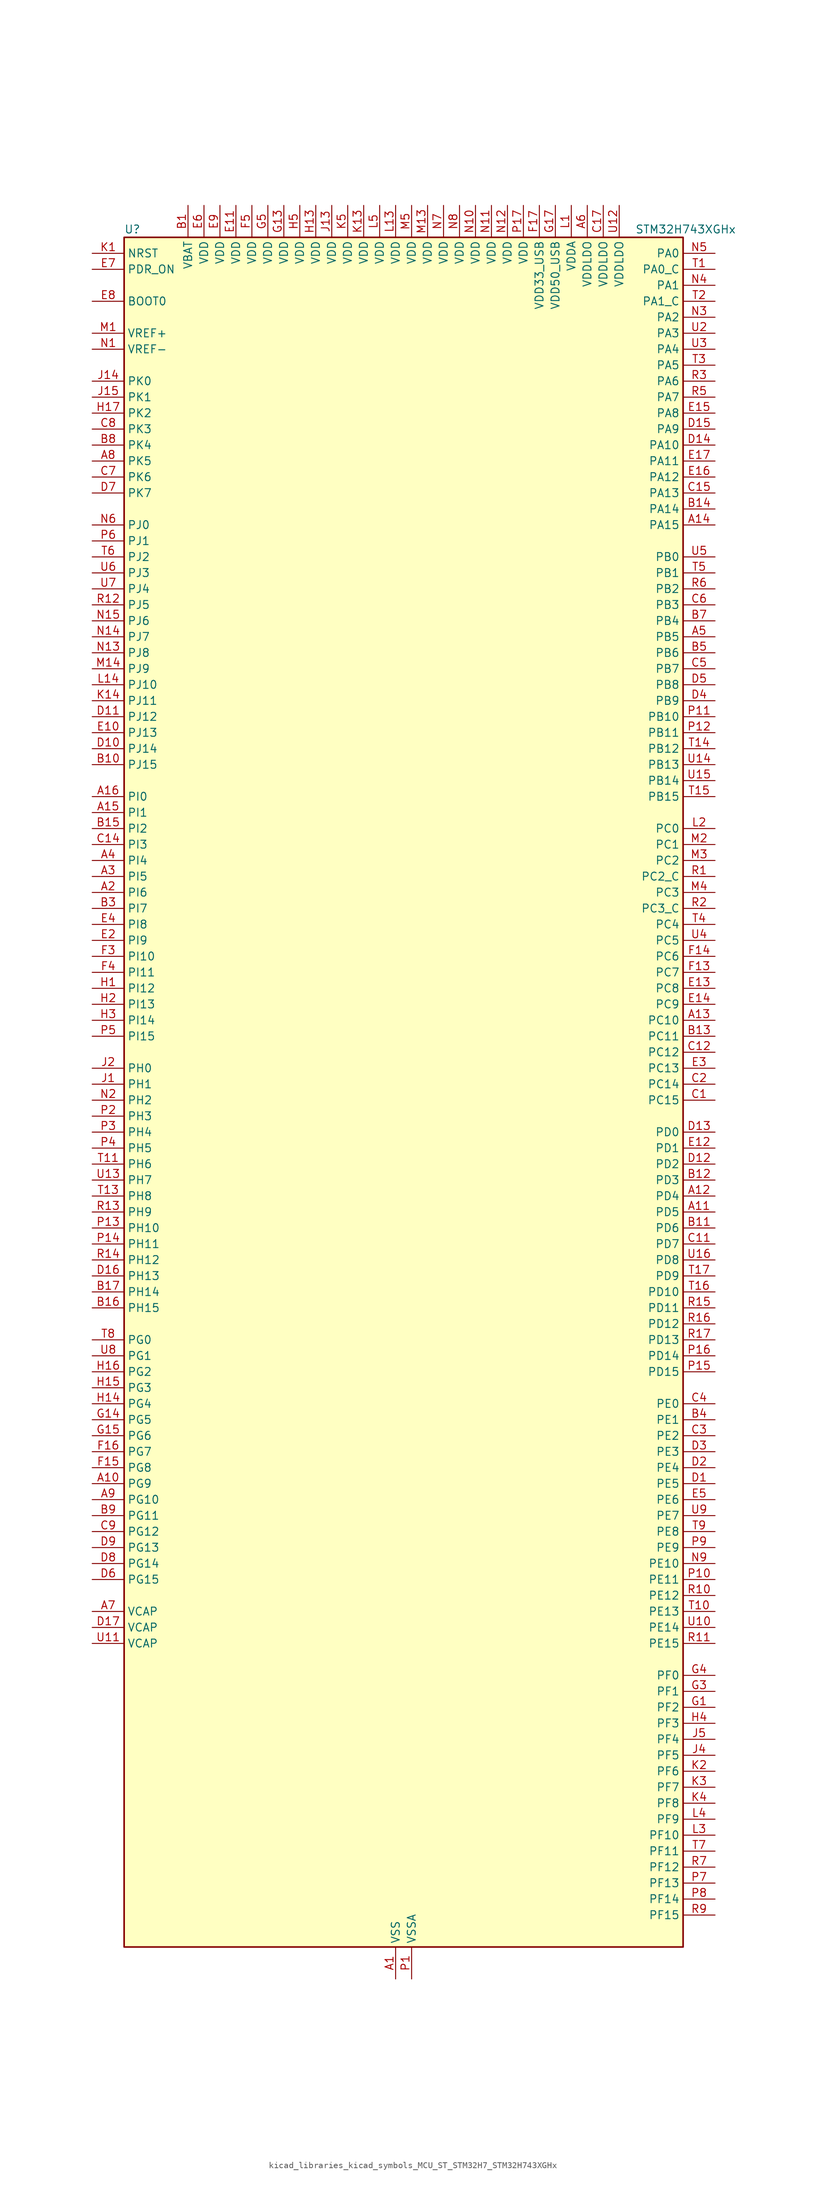
<source format=kicad_sym>
(kicad_symbol_lib
  (version 20220914)
  (generator kicad_symbol_editor)
  (symbol "kicad_libraries_kicad_symbols_MCU_ST_STM32H7_STM32H743XGHx"
    (property "Reference" "U"
      (at -43.18 138.43 0)
      (effects (font (size 1.27 1.27)) (justify left)))
    (property "Value" "STM32H743XGHx"
      (at 38.1 138.43 0)
      (effects (font (size 1.27 1.27)) (justify left)))
    (property "ki_locked" ""
      (at 0 0 0)
      (effects (font (size 1.27 1.27))))
    (symbol "kicad_libraries_kicad_symbols_MCU_ST_STM32H7_STM32H743XGHx_0_1"
      (rectangle (start -43.18 -134.62) (end 45.72 137.16) (stroke (width 0.254) (type default)) (fill (type background))))
    (symbol "kicad_libraries_kicad_symbols_MCU_ST_STM32H7_STM32H743XGHx_1_1"
      (pin power_in line (at 0 -139.7 90) (length 5.08) (name "VSS" (effects (font (size 1.27 1.27)))) (number "A1" (effects (font (size 1.27 1.27)))))
      (pin bidirectional line (at -48.26 -60.96 0) (length 5.08) (name "PG9" (effects (font (size 1.27 1.27)))) (number "A10" (effects (font (size 1.27 1.27)))) (alternate "DAC1_EXTI9" bidirectional line) (alternate "DCMI_VSYNC" bidirectional line) (alternate "FMC_NCE" bidirectional line) (alternate "FMC_NE2" bidirectional line) (alternate "I2S1_SDI" bidirectional line) (alternate "QUADSPI_BK2_IO2" bidirectional line) (alternate "SAI2_FS_B" bidirectional line) (alternate "SPDIFRX1_IN3" bidirectional line) (alternate "SPI1_MISO" bidirectional line) (alternate "USART6_RX" bidirectional line))
      (pin bidirectional line (at 50.8 -17.78 180) (length 5.08) (name "PD5" (effects (font (size 1.27 1.27)))) (number "A11" (effects (font (size 1.27 1.27)))) (alternate "FMC_NWE" bidirectional line) (alternate "HRTIM_EEV3" bidirectional line) (alternate "USART2_TX" bidirectional line))
      (pin bidirectional line (at 50.8 -15.24 180) (length 5.08) (name "PD4" (effects (font (size 1.27 1.27)))) (number "A12" (effects (font (size 1.27 1.27)))) (alternate "FMC_NOE" bidirectional line) (alternate "HRTIM_FLT3" bidirectional line) (alternate "SAI3_FS_A" bidirectional line) (alternate "USART2_DE" bidirectional line) (alternate "USART2_RTS" bidirectional line))
      (pin bidirectional line (at 50.8 12.7 180) (length 5.08) (name "PC10" (effects (font (size 1.27 1.27)))) (number "A13" (effects (font (size 1.27 1.27)))) (alternate "DCMI_D8" bidirectional line) (alternate "DFSDM1_CKIN5" bidirectional line) (alternate "HRTIM_EEV1" bidirectional line) (alternate "I2S3_CK" bidirectional line) (alternate "LTDC_R2" bidirectional line) (alternate "QUADSPI_BK1_IO1" bidirectional line) (alternate "SDMMC1_D2" bidirectional line) (alternate "SPI3_SCK" bidirectional line) (alternate "UART4_TX" bidirectional line) (alternate "USART3_TX" bidirectional line))
      (pin bidirectional line (at 50.8 91.44 180) (length 5.08) (name "PA15" (effects (font (size 1.27 1.27)))) (number "A14" (effects (font (size 1.27 1.27)))) (alternate "ADC1_EXTI15" bidirectional line) (alternate "ADC2_EXTI15" bidirectional line) (alternate "ADC3_EXTI15" bidirectional line) (alternate "CEC" bidirectional line) (alternate "DEBUG_JTDI" bidirectional line) (alternate "HRTIM_FLT1" bidirectional line) (alternate "I2S1_WS" bidirectional line) (alternate "I2S3_WS" bidirectional line) (alternate "SPI1_NSS" bidirectional line) (alternate "SPI3_NSS" bidirectional line) (alternate "SPI6_NSS" bidirectional line) (alternate "TIM2_CH1" bidirectional line) (alternate "TIM2_ETR" bidirectional line) (alternate "UART4_DE" bidirectional line) (alternate "UART4_RTS" bidirectional line) (alternate "UART7_TX" bidirectional line))
      (pin bidirectional line (at -48.26 45.72 0) (length 5.08) (name "PI1" (effects (font (size 1.27 1.27)))) (number "A15" (effects (font (size 1.27 1.27)))) (alternate "DCMI_D8" bidirectional line) (alternate "FMC_D25" bidirectional line) (alternate "I2S2_CK" bidirectional line) (alternate "LTDC_G6" bidirectional line) (alternate "SPI2_SCK" bidirectional line) (alternate "TIM8_BKIN2" bidirectional line) (alternate "TIM8_BKIN2_COMP1" bidirectional line) (alternate "TIM8_BKIN2_COMP2" bidirectional line))
      (pin bidirectional line (at -48.26 48.26 0) (length 5.08) (name "PI0" (effects (font (size 1.27 1.27)))) (number "A16" (effects (font (size 1.27 1.27)))) (alternate "DCMI_D13" bidirectional line) (alternate "FMC_D24" bidirectional line) (alternate "I2S2_WS" bidirectional line) (alternate "LTDC_G5" bidirectional line) (alternate "SPI2_NSS" bidirectional line) (alternate "TIM5_CH4" bidirectional line))
      (pin passive line (at 0 -139.7 90) (length 5.08) hide (name "VSS" (effects (font (size 1.27 1.27)))) (number "A17" (effects (font (size 1.27 1.27)))))
      (pin bidirectional line (at -48.26 33.02 0) (length 5.08) (name "PI6" (effects (font (size 1.27 1.27)))) (number "A2" (effects (font (size 1.27 1.27)))) (alternate "DCMI_D6" bidirectional line) (alternate "FMC_D28" bidirectional line) (alternate "LTDC_B6" bidirectional line) (alternate "SAI2_SD_A" bidirectional line) (alternate "TIM8_CH2" bidirectional line))
      (pin bidirectional line (at -48.26 35.56 0) (length 5.08) (name "PI5" (effects (font (size 1.27 1.27)))) (number "A3" (effects (font (size 1.27 1.27)))) (alternate "DCMI_VSYNC" bidirectional line) (alternate "FMC_NBL3" bidirectional line) (alternate "LTDC_B5" bidirectional line) (alternate "SAI2_SCK_A" bidirectional line) (alternate "TIM8_CH1" bidirectional line))
      (pin bidirectional line (at -48.26 38.1 0) (length 5.08) (name "PI4" (effects (font (size 1.27 1.27)))) (number "A4" (effects (font (size 1.27 1.27)))) (alternate "DCMI_D5" bidirectional line) (alternate "FMC_NBL2" bidirectional line) (alternate "LTDC_B4" bidirectional line) (alternate "SAI2_MCLK_A" bidirectional line) (alternate "TIM8_BKIN" bidirectional line) (alternate "TIM8_BKIN_COMP1" bidirectional line) (alternate "TIM8_BKIN_COMP2" bidirectional line))
      (pin bidirectional line (at 50.8 73.66 180) (length 5.08) (name "PB5" (effects (font (size 1.27 1.27)))) (number "A5" (effects (font (size 1.27 1.27)))) (alternate "DCMI_D10" bidirectional line) (alternate "ETH_PPS_OUT" bidirectional line) (alternate "FDCAN2_RX" bidirectional line) (alternate "FMC_SDCKE1" bidirectional line) (alternate "HRTIM_EEV7" bidirectional line) (alternate "I2C1_SMBA" bidirectional line) (alternate "I2C4_SMBA" bidirectional line) (alternate "I2S1_SDO" bidirectional line) (alternate "I2S3_SDO" bidirectional line) (alternate "SPI1_MOSI" bidirectional line) (alternate "SPI3_MOSI" bidirectional line) (alternate "SPI6_MOSI" bidirectional line) (alternate "TIM17_BKIN" bidirectional line) (alternate "TIM3_CH2" bidirectional line) (alternate "UART5_RX" bidirectional line) (alternate "USB_OTG_HS_ULPI_D7" bidirectional line))
      (pin power_in line (at 30.48 142.24 270) (length 5.08) (name "VDDLDO" (effects (font (size 1.27 1.27)))) (number "A6" (effects (font (size 1.27 1.27)))))
      (pin power_out line (at -48.26 -81.28 0) (length 5.08) (name "VCAP" (effects (font (size 1.27 1.27)))) (number "A7" (effects (font (size 1.27 1.27)))))
      (pin bidirectional line (at -48.26 101.6 0) (length 5.08) (name "PK5" (effects (font (size 1.27 1.27)))) (number "A8" (effects (font (size 1.27 1.27)))) (alternate "LTDC_B6" bidirectional line))
      (pin bidirectional line (at -48.26 -63.5 0) (length 5.08) (name "PG10" (effects (font (size 1.27 1.27)))) (number "A9" (effects (font (size 1.27 1.27)))) (alternate "DCMI_D2" bidirectional line) (alternate "FMC_NE3" bidirectional line) (alternate "HRTIM_FLT5" bidirectional line) (alternate "I2S1_WS" bidirectional line) (alternate "LTDC_B2" bidirectional line) (alternate "LTDC_G3" bidirectional line) (alternate "SAI2_SD_B" bidirectional line) (alternate "SPI1_NSS" bidirectional line))
      (pin power_in line (at -33.02 142.24 270) (length 5.08) (name "VBAT" (effects (font (size 1.27 1.27)))) (number "B1" (effects (font (size 1.27 1.27)))))
      (pin bidirectional line (at -48.26 53.34 0) (length 5.08) (name "PJ15" (effects (font (size 1.27 1.27)))) (number "B10" (effects (font (size 1.27 1.27)))) (alternate "ADC1_EXTI15" bidirectional line) (alternate "ADC2_EXTI15" bidirectional line) (alternate "ADC3_EXTI15" bidirectional line) (alternate "LTDC_B3" bidirectional line))
      (pin bidirectional line (at 50.8 -20.32 180) (length 5.08) (name "PD6" (effects (font (size 1.27 1.27)))) (number "B11" (effects (font (size 1.27 1.27)))) (alternate "DCMI_D10" bidirectional line) (alternate "DFSDM1_CKIN4" bidirectional line) (alternate "DFSDM1_DATIN1" bidirectional line) (alternate "FMC_NWAIT" bidirectional line) (alternate "I2S3_SDO" bidirectional line) (alternate "LTDC_B2" bidirectional line) (alternate "SAI1_D1" bidirectional line) (alternate "SAI1_SD_A" bidirectional line) (alternate "SAI4_D1" bidirectional line) (alternate "SAI4_SD_A" bidirectional line) (alternate "SDMMC2_CK" bidirectional line) (alternate "SPI3_MOSI" bidirectional line) (alternate "USART2_RX" bidirectional line))
      (pin bidirectional line (at 50.8 -12.7 180) (length 5.08) (name "PD3" (effects (font (size 1.27 1.27)))) (number "B12" (effects (font (size 1.27 1.27)))) (alternate "DCMI_D5" bidirectional line) (alternate "DFSDM1_CKOUT" bidirectional line) (alternate "FMC_CLK" bidirectional line) (alternate "I2S2_CK" bidirectional line) (alternate "LTDC_G7" bidirectional line) (alternate "SPI2_SCK" bidirectional line) (alternate "USART2_CTS" bidirectional line) (alternate "USART2_NSS" bidirectional line))
      (pin bidirectional line (at 50.8 10.16 180) (length 5.08) (name "PC11" (effects (font (size 1.27 1.27)))) (number "B13" (effects (font (size 1.27 1.27)))) (alternate "ADC1_EXTI11" bidirectional line) (alternate "ADC2_EXTI11" bidirectional line) (alternate "ADC3_EXTI11" bidirectional line) (alternate "DCMI_D4" bidirectional line) (alternate "DFSDM1_DATIN5" bidirectional line) (alternate "HRTIM_FLT2" bidirectional line) (alternate "I2S3_SDI" bidirectional line) (alternate "QUADSPI_BK2_NCS" bidirectional line) (alternate "SDMMC1_D3" bidirectional line) (alternate "SPI3_MISO" bidirectional line) (alternate "UART4_RX" bidirectional line) (alternate "USART3_RX" bidirectional line))
      (pin bidirectional line (at 50.8 93.98 180) (length 5.08) (name "PA14" (effects (font (size 1.27 1.27)))) (number "B14" (effects (font (size 1.27 1.27)))) (alternate "DEBUG_JTCK-SWCLK" bidirectional line))
      (pin bidirectional line (at -48.26 43.18 0) (length 5.08) (name "PI2" (effects (font (size 1.27 1.27)))) (number "B15" (effects (font (size 1.27 1.27)))) (alternate "DCMI_D9" bidirectional line) (alternate "FMC_D26" bidirectional line) (alternate "I2S2_SDI" bidirectional line) (alternate "LTDC_G7" bidirectional line) (alternate "SPI2_MISO" bidirectional line) (alternate "TIM8_CH4" bidirectional line))
      (pin bidirectional line (at -48.26 -33.02 0) (length 5.08) (name "PH15" (effects (font (size 1.27 1.27)))) (number "B16" (effects (font (size 1.27 1.27)))) (alternate "ADC1_EXTI15" bidirectional line) (alternate "ADC2_EXTI15" bidirectional line) (alternate "ADC3_EXTI15" bidirectional line) (alternate "DCMI_D11" bidirectional line) (alternate "FMC_D23" bidirectional line) (alternate "LTDC_G4" bidirectional line) (alternate "TIM8_CH3N" bidirectional line))
      (pin bidirectional line (at -48.26 -30.48 0) (length 5.08) (name "PH14" (effects (font (size 1.27 1.27)))) (number "B17" (effects (font (size 1.27 1.27)))) (alternate "DCMI_D4" bidirectional line) (alternate "FDCAN1_RX" bidirectional line) (alternate "FMC_D22" bidirectional line) (alternate "LTDC_G3" bidirectional line) (alternate "TIM8_CH2N" bidirectional line) (alternate "UART4_RX" bidirectional line))
      (pin passive line (at 0 -139.7 90) (length 5.08) hide (name "VSS" (effects (font (size 1.27 1.27)))) (number "B2" (effects (font (size 1.27 1.27)))))
      (pin bidirectional line (at -48.26 30.48 0) (length 5.08) (name "PI7" (effects (font (size 1.27 1.27)))) (number "B3" (effects (font (size 1.27 1.27)))) (alternate "DCMI_D7" bidirectional line) (alternate "FMC_D29" bidirectional line) (alternate "LTDC_B7" bidirectional line) (alternate "SAI2_FS_A" bidirectional line) (alternate "TIM8_CH3" bidirectional line))
      (pin bidirectional line (at 50.8 -50.8 180) (length 5.08) (name "PE1" (effects (font (size 1.27 1.27)))) (number "B4" (effects (font (size 1.27 1.27)))) (alternate "DCMI_D3" bidirectional line) (alternate "FMC_NBL1" bidirectional line) (alternate "HRTIM_SCOUT" bidirectional line) (alternate "LPTIM1_IN2" bidirectional line) (alternate "UART8_TX" bidirectional line))
      (pin bidirectional line (at 50.8 71.12 180) (length 5.08) (name "PB6" (effects (font (size 1.27 1.27)))) (number "B5" (effects (font (size 1.27 1.27)))) (alternate "CEC" bidirectional line) (alternate "DCMI_D5" bidirectional line) (alternate "DFSDM1_DATIN5" bidirectional line) (alternate "FDCAN2_TX" bidirectional line) (alternate "FMC_SDNE1" bidirectional line) (alternate "HRTIM_EEV8" bidirectional line) (alternate "I2C1_SCL" bidirectional line) (alternate "I2C4_SCL" bidirectional line) (alternate "LPUART1_TX" bidirectional line) (alternate "QUADSPI_BK1_NCS" bidirectional line) (alternate "TIM16_CH1N" bidirectional line) (alternate "TIM4_CH1" bidirectional line) (alternate "UART5_TX" bidirectional line) (alternate "USART1_TX" bidirectional line))
      (pin passive line (at 0 -139.7 90) (length 5.08) hide (name "VSS" (effects (font (size 1.27 1.27)))) (number "B6" (effects (font (size 1.27 1.27)))))
      (pin bidirectional line (at 50.8 76.2 180) (length 5.08) (name "PB4" (effects (font (size 1.27 1.27)))) (number "B7" (effects (font (size 1.27 1.27)))) (alternate "DEBUG_JTRST" bidirectional line) (alternate "HRTIM_EEV6" bidirectional line) (alternate "I2S1_SDI" bidirectional line) (alternate "I2S2_WS" bidirectional line) (alternate "I2S3_SDI" bidirectional line) (alternate "SDMMC2_D3" bidirectional line) (alternate "SPI1_MISO" bidirectional line) (alternate "SPI2_NSS" bidirectional line) (alternate "SPI3_MISO" bidirectional line) (alternate "SPI6_MISO" bidirectional line) (alternate "TIM16_BKIN" bidirectional line) (alternate "TIM3_CH1" bidirectional line) (alternate "UART7_TX" bidirectional line))
      (pin bidirectional line (at -48.26 104.14 0) (length 5.08) (name "PK4" (effects (font (size 1.27 1.27)))) (number "B8" (effects (font (size 1.27 1.27)))) (alternate "LTDC_B5" bidirectional line))
      (pin bidirectional line (at -48.26 -66.04 0) (length 5.08) (name "PG11" (effects (font (size 1.27 1.27)))) (number "B9" (effects (font (size 1.27 1.27)))) (alternate "ADC1_EXTI11" bidirectional line) (alternate "ADC2_EXTI11" bidirectional line) (alternate "ADC3_EXTI11" bidirectional line) (alternate "DCMI_D3" bidirectional line) (alternate "ETH_TX_EN" bidirectional line) (alternate "HRTIM_EEV4" bidirectional line) (alternate "I2S1_CK" bidirectional line) (alternate "LPTIM1_IN2" bidirectional line) (alternate "LTDC_B3" bidirectional line) (alternate "SDMMC2_D2" bidirectional line) (alternate "SPDIFRX1_IN0" bidirectional line) (alternate "SPI1_SCK" bidirectional line))
      (pin bidirectional line (at 50.8 0 180) (length 5.08) (name "PC15" (effects (font (size 1.27 1.27)))) (number "C1" (effects (font (size 1.27 1.27)))) (alternate "ADC1_EXTI15" bidirectional line) (alternate "ADC2_EXTI15" bidirectional line) (alternate "ADC3_EXTI15" bidirectional line) (alternate "RCC_OSC32_OUT" bidirectional line))
      (pin passive line (at 0 -139.7 90) (length 5.08) hide (name "VSS" (effects (font (size 1.27 1.27)))) (number "C10" (effects (font (size 1.27 1.27)))))
      (pin bidirectional line (at 50.8 -22.86 180) (length 5.08) (name "PD7" (effects (font (size 1.27 1.27)))) (number "C11" (effects (font (size 1.27 1.27)))) (alternate "DFSDM1_CKIN1" bidirectional line) (alternate "DFSDM1_DATIN4" bidirectional line) (alternate "FMC_NE1" bidirectional line) (alternate "I2S1_SDO" bidirectional line) (alternate "SDMMC2_CMD" bidirectional line) (alternate "SPDIFRX1_IN0" bidirectional line) (alternate "SPI1_MOSI" bidirectional line) (alternate "USART2_CK" bidirectional line))
      (pin bidirectional line (at 50.8 7.62 180) (length 5.08) (name "PC12" (effects (font (size 1.27 1.27)))) (number "C12" (effects (font (size 1.27 1.27)))) (alternate "DCMI_D9" bidirectional line) (alternate "DEBUG_TRACED3" bidirectional line) (alternate "HRTIM_EEV2" bidirectional line) (alternate "I2S3_SDO" bidirectional line) (alternate "SDMMC1_CK" bidirectional line) (alternate "SPI3_MOSI" bidirectional line) (alternate "UART5_TX" bidirectional line) (alternate "USART3_CK" bidirectional line))
      (pin passive line (at 0 -139.7 90) (length 5.08) hide (name "VSS" (effects (font (size 1.27 1.27)))) (number "C13" (effects (font (size 1.27 1.27)))))
      (pin bidirectional line (at -48.26 40.64 0) (length 5.08) (name "PI3" (effects (font (size 1.27 1.27)))) (number "C14" (effects (font (size 1.27 1.27)))) (alternate "DCMI_D10" bidirectional line) (alternate "FMC_D27" bidirectional line) (alternate "I2S2_SDO" bidirectional line) (alternate "SPI2_MOSI" bidirectional line) (alternate "TIM8_ETR" bidirectional line))
      (pin bidirectional line (at 50.8 96.52 180) (length 5.08) (name "PA13" (effects (font (size 1.27 1.27)))) (number "C15" (effects (font (size 1.27 1.27)))) (alternate "DEBUG_JTMS-SWDIO" bidirectional line))
      (pin passive line (at 0 -139.7 90) (length 5.08) hide (name "VSS" (effects (font (size 1.27 1.27)))) (number "C16" (effects (font (size 1.27 1.27)))))
      (pin power_in line (at 33.02 142.24 270) (length 5.08) (name "VDDLDO" (effects (font (size 1.27 1.27)))) (number "C17" (effects (font (size 1.27 1.27)))))
      (pin bidirectional line (at 50.8 2.54 180) (length 5.08) (name "PC14" (effects (font (size 1.27 1.27)))) (number "C2" (effects (font (size 1.27 1.27)))) (alternate "RCC_OSC32_IN" bidirectional line))
      (pin bidirectional line (at 50.8 -53.34 180) (length 5.08) (name "PE2" (effects (font (size 1.27 1.27)))) (number "C3" (effects (font (size 1.27 1.27)))) (alternate "DEBUG_TRACECLK" bidirectional line) (alternate "ETH_TXD3" bidirectional line) (alternate "FMC_A23" bidirectional line) (alternate "QUADSPI_BK1_IO2" bidirectional line) (alternate "SAI1_CK1" bidirectional line) (alternate "SAI1_MCLK_A" bidirectional line) (alternate "SAI4_CK1" bidirectional line) (alternate "SAI4_MCLK_A" bidirectional line) (alternate "SPI4_SCK" bidirectional line))
      (pin bidirectional line (at 50.8 -48.26 180) (length 5.08) (name "PE0" (effects (font (size 1.27 1.27)))) (number "C4" (effects (font (size 1.27 1.27)))) (alternate "DCMI_D2" bidirectional line) (alternate "FMC_NBL0" bidirectional line) (alternate "HRTIM_SCIN" bidirectional line) (alternate "LPTIM1_ETR" bidirectional line) (alternate "LPTIM2_ETR" bidirectional line) (alternate "SAI2_MCLK_A" bidirectional line) (alternate "TIM4_ETR" bidirectional line) (alternate "UART8_RX" bidirectional line))
      (pin bidirectional line (at 50.8 68.58 180) (length 5.08) (name "PB7" (effects (font (size 1.27 1.27)))) (number "C5" (effects (font (size 1.27 1.27)))) (alternate "DCMI_VSYNC" bidirectional line) (alternate "DFSDM1_CKIN5" bidirectional line) (alternate "FMC_NL" bidirectional line) (alternate "HRTIM_EEV9" bidirectional line) (alternate "I2C1_SDA" bidirectional line) (alternate "I2C4_SDA" bidirectional line) (alternate "LPUART1_RX" bidirectional line) (alternate "PWR_PVD_IN" bidirectional line) (alternate "TIM17_CH1N" bidirectional line) (alternate "TIM4_CH2" bidirectional line) (alternate "USART1_RX" bidirectional line))
      (pin bidirectional line (at 50.8 78.74 180) (length 5.08) (name "PB3" (effects (font (size 1.27 1.27)))) (number "C6" (effects (font (size 1.27 1.27)))) (alternate "CRS_SYNC" bidirectional line) (alternate "DEBUG_JTDO-SWO" bidirectional line) (alternate "HRTIM_FLT4" bidirectional line) (alternate "I2S1_CK" bidirectional line) (alternate "I2S3_CK" bidirectional line) (alternate "SDMMC2_D2" bidirectional line) (alternate "SPI1_SCK" bidirectional line) (alternate "SPI3_SCK" bidirectional line) (alternate "SPI6_SCK" bidirectional line) (alternate "TIM2_CH2" bidirectional line) (alternate "UART7_RX" bidirectional line))
      (pin bidirectional line (at -48.26 99.06 0) (length 5.08) (name "PK6" (effects (font (size 1.27 1.27)))) (number "C7" (effects (font (size 1.27 1.27)))) (alternate "LTDC_B7" bidirectional line))
      (pin bidirectional line (at -48.26 106.68 0) (length 5.08) (name "PK3" (effects (font (size 1.27 1.27)))) (number "C8" (effects (font (size 1.27 1.27)))) (alternate "LTDC_B4" bidirectional line))
      (pin bidirectional line (at -48.26 -68.58 0) (length 5.08) (name "PG12" (effects (font (size 1.27 1.27)))) (number "C9" (effects (font (size 1.27 1.27)))) (alternate "ETH_TXD1" bidirectional line) (alternate "FMC_NE4" bidirectional line) (alternate "HRTIM_EEV5" bidirectional line) (alternate "LPTIM1_IN1" bidirectional line) (alternate "LTDC_B1" bidirectional line) (alternate "LTDC_B4" bidirectional line) (alternate "SPDIFRX1_IN1" bidirectional line) (alternate "SPI6_MISO" bidirectional line) (alternate "USART6_DE" bidirectional line) (alternate "USART6_RTS" bidirectional line))
      (pin bidirectional line (at 50.8 -60.96 180) (length 5.08) (name "PE5" (effects (font (size 1.27 1.27)))) (number "D1" (effects (font (size 1.27 1.27)))) (alternate "DCMI_D6" bidirectional line) (alternate "DEBUG_TRACED2" bidirectional line) (alternate "DFSDM1_CKIN3" bidirectional line) (alternate "FMC_A21" bidirectional line) (alternate "LTDC_G0" bidirectional line) (alternate "SAI1_CK2" bidirectional line) (alternate "SAI1_SCK_A" bidirectional line) (alternate "SAI4_CK2" bidirectional line) (alternate "SAI4_SCK_A" bidirectional line) (alternate "SPI4_MISO" bidirectional line) (alternate "TIM15_CH1" bidirectional line))
      (pin bidirectional line (at -48.26 55.88 0) (length 5.08) (name "PJ14" (effects (font (size 1.27 1.27)))) (number "D10" (effects (font (size 1.27 1.27)))) (alternate "LTDC_B2" bidirectional line))
      (pin bidirectional line (at -48.26 60.96 0) (length 5.08) (name "PJ12" (effects (font (size 1.27 1.27)))) (number "D11" (effects (font (size 1.27 1.27)))) (alternate "DEBUG_TRGOUT" bidirectional line) (alternate "LTDC_B0" bidirectional line) (alternate "LTDC_G3" bidirectional line))
      (pin bidirectional line (at 50.8 -10.16 180) (length 5.08) (name "PD2" (effects (font (size 1.27 1.27)))) (number "D12" (effects (font (size 1.27 1.27)))) (alternate "DCMI_D11" bidirectional line) (alternate "DEBUG_TRACED2" bidirectional line) (alternate "SDMMC1_CMD" bidirectional line) (alternate "TIM3_ETR" bidirectional line) (alternate "UART5_RX" bidirectional line))
      (pin bidirectional line (at 50.8 -5.08 180) (length 5.08) (name "PD0" (effects (font (size 1.27 1.27)))) (number "D13" (effects (font (size 1.27 1.27)))) (alternate "DFSDM1_CKIN6" bidirectional line) (alternate "FDCAN1_RX" bidirectional line) (alternate "FMC_D2" bidirectional line) (alternate "FMC_DA2" bidirectional line) (alternate "SAI3_SCK_A" bidirectional line) (alternate "UART4_RX" bidirectional line))
      (pin bidirectional line (at 50.8 104.14 180) (length 5.08) (name "PA10" (effects (font (size 1.27 1.27)))) (number "D14" (effects (font (size 1.27 1.27)))) (alternate "DCMI_D1" bidirectional line) (alternate "HRTIM_CHC2" bidirectional line) (alternate "LPUART1_RX" bidirectional line) (alternate "LTDC_B1" bidirectional line) (alternate "LTDC_B4" bidirectional line) (alternate "MDIOS_MDIO" bidirectional line) (alternate "TIM1_CH3" bidirectional line) (alternate "USART1_RX" bidirectional line) (alternate "USB_OTG_FS_ID" bidirectional line))
      (pin bidirectional line (at 50.8 106.68 180) (length 5.08) (name "PA9" (effects (font (size 1.27 1.27)))) (number "D15" (effects (font (size 1.27 1.27)))) (alternate "DAC1_EXTI9" bidirectional line) (alternate "DCMI_D0" bidirectional line) (alternate "HRTIM_CHC1" bidirectional line) (alternate "I2C3_SMBA" bidirectional line) (alternate "I2S2_CK" bidirectional line) (alternate "LPUART1_TX" bidirectional line) (alternate "LTDC_R5" bidirectional line) (alternate "SPI2_SCK" bidirectional line) (alternate "TIM1_CH2" bidirectional line) (alternate "USART1_TX" bidirectional line) (alternate "USB_OTG_FS_VBUS" bidirectional line))
      (pin bidirectional line (at -48.26 -27.94 0) (length 5.08) (name "PH13" (effects (font (size 1.27 1.27)))) (number "D16" (effects (font (size 1.27 1.27)))) (alternate "FDCAN1_TX" bidirectional line) (alternate "FMC_D21" bidirectional line) (alternate "LTDC_G2" bidirectional line) (alternate "TIM8_CH1N" bidirectional line) (alternate "UART4_TX" bidirectional line))
      (pin power_out line (at -48.26 -83.82 0) (length 5.08) (name "VCAP" (effects (font (size 1.27 1.27)))) (number "D17" (effects (font (size 1.27 1.27)))))
      (pin bidirectional line (at 50.8 -58.42 180) (length 5.08) (name "PE4" (effects (font (size 1.27 1.27)))) (number "D2" (effects (font (size 1.27 1.27)))) (alternate "DCMI_D4" bidirectional line) (alternate "DEBUG_TRACED1" bidirectional line) (alternate "DFSDM1_DATIN3" bidirectional line) (alternate "FMC_A20" bidirectional line) (alternate "LTDC_B0" bidirectional line) (alternate "SAI1_D2" bidirectional line) (alternate "SAI1_FS_A" bidirectional line) (alternate "SAI4_D2" bidirectional line) (alternate "SAI4_FS_A" bidirectional line) (alternate "SPI4_NSS" bidirectional line) (alternate "TIM15_CH1N" bidirectional line))
      (pin bidirectional line (at 50.8 -55.88 180) (length 5.08) (name "PE3" (effects (font (size 1.27 1.27)))) (number "D3" (effects (font (size 1.27 1.27)))) (alternate "DEBUG_TRACED0" bidirectional line) (alternate "FMC_A19" bidirectional line) (alternate "SAI1_SD_B" bidirectional line) (alternate "SAI4_SD_B" bidirectional line) (alternate "TIM15_BKIN" bidirectional line))
      (pin bidirectional line (at 50.8 63.5 180) (length 5.08) (name "PB9" (effects (font (size 1.27 1.27)))) (number "D4" (effects (font (size 1.27 1.27)))) (alternate "DAC1_EXTI9" bidirectional line) (alternate "DCMI_D7" bidirectional line) (alternate "DFSDM1_DATIN7" bidirectional line) (alternate "FDCAN1_TX" bidirectional line) (alternate "I2C1_SDA" bidirectional line) (alternate "I2C4_SDA" bidirectional line) (alternate "I2C4_SMBA" bidirectional line) (alternate "I2S2_WS" bidirectional line) (alternate "LTDC_B7" bidirectional line) (alternate "SDMMC1_CDIR" bidirectional line) (alternate "SDMMC1_D5" bidirectional line) (alternate "SDMMC2_D5" bidirectional line) (alternate "SPI2_NSS" bidirectional line) (alternate "TIM17_CH1" bidirectional line) (alternate "TIM4_CH4" bidirectional line) (alternate "UART4_TX" bidirectional line))
      (pin bidirectional line (at 50.8 66.04 180) (length 5.08) (name "PB8" (effects (font (size 1.27 1.27)))) (number "D5" (effects (font (size 1.27 1.27)))) (alternate "DCMI_D6" bidirectional line) (alternate "DFSDM1_CKIN7" bidirectional line) (alternate "ETH_TXD3" bidirectional line) (alternate "FDCAN1_RX" bidirectional line) (alternate "I2C1_SCL" bidirectional line) (alternate "I2C4_SCL" bidirectional line) (alternate "LTDC_B6" bidirectional line) (alternate "SDMMC1_CKIN" bidirectional line) (alternate "SDMMC1_D4" bidirectional line) (alternate "SDMMC2_D4" bidirectional line) (alternate "TIM16_CH1" bidirectional line) (alternate "TIM4_CH3" bidirectional line) (alternate "UART4_RX" bidirectional line))
      (pin bidirectional line (at -48.26 -76.2 0) (length 5.08) (name "PG15" (effects (font (size 1.27 1.27)))) (number "D6" (effects (font (size 1.27 1.27)))) (alternate "ADC1_EXTI15" bidirectional line) (alternate "ADC2_EXTI15" bidirectional line) (alternate "ADC3_EXTI15" bidirectional line) (alternate "DCMI_D13" bidirectional line) (alternate "FMC_SDNCAS" bidirectional line) (alternate "USART6_CTS" bidirectional line) (alternate "USART6_NSS" bidirectional line))
      (pin bidirectional line (at -48.26 96.52 0) (length 5.08) (name "PK7" (effects (font (size 1.27 1.27)))) (number "D7" (effects (font (size 1.27 1.27)))) (alternate "LTDC_DE" bidirectional line))
      (pin bidirectional line (at -48.26 -73.66 0) (length 5.08) (name "PG14" (effects (font (size 1.27 1.27)))) (number "D8" (effects (font (size 1.27 1.27)))) (alternate "DEBUG_TRACED1" bidirectional line) (alternate "ETH_TXD1" bidirectional line) (alternate "FMC_A25" bidirectional line) (alternate "LPTIM1_ETR" bidirectional line) (alternate "LTDC_B0" bidirectional line) (alternate "QUADSPI_BK2_IO3" bidirectional line) (alternate "SPI6_MOSI" bidirectional line) (alternate "USART6_TX" bidirectional line))
      (pin bidirectional line (at -48.26 -71.12 0) (length 5.08) (name "PG13" (effects (font (size 1.27 1.27)))) (number "D9" (effects (font (size 1.27 1.27)))) (alternate "DEBUG_TRACED0" bidirectional line) (alternate "ETH_TXD0" bidirectional line) (alternate "FMC_A24" bidirectional line) (alternate "HRTIM_EEV10" bidirectional line) (alternate "LPTIM1_OUT" bidirectional line) (alternate "LTDC_R0" bidirectional line) (alternate "SPI6_SCK" bidirectional line) (alternate "USART6_CTS" bidirectional line) (alternate "USART6_NSS" bidirectional line))
      (pin no_connect line (at -43.18 -134.62 0) (length 5.08) hide (name "NC" (effects (font (size 1.27 1.27)))) (number "E1" (effects (font (size 1.27 1.27)))))
      (pin bidirectional line (at -48.26 58.42 0) (length 5.08) (name "PJ13" (effects (font (size 1.27 1.27)))) (number "E10" (effects (font (size 1.27 1.27)))) (alternate "LTDC_B1" bidirectional line) (alternate "LTDC_B4" bidirectional line))
      (pin power_in line (at -25.4 142.24 270) (length 5.08) (name "VDD" (effects (font (size 1.27 1.27)))) (number "E11" (effects (font (size 1.27 1.27)))))
      (pin bidirectional line (at 50.8 -7.62 180) (length 5.08) (name "PD1" (effects (font (size 1.27 1.27)))) (number "E12" (effects (font (size 1.27 1.27)))) (alternate "DFSDM1_DATIN6" bidirectional line) (alternate "FDCAN1_TX" bidirectional line) (alternate "FMC_D3" bidirectional line) (alternate "FMC_DA3" bidirectional line) (alternate "SAI3_SD_A" bidirectional line) (alternate "UART4_TX" bidirectional line))
      (pin bidirectional line (at 50.8 17.78 180) (length 5.08) (name "PC8" (effects (font (size 1.27 1.27)))) (number "E13" (effects (font (size 1.27 1.27)))) (alternate "DCMI_D2" bidirectional line) (alternate "DEBUG_TRACED1" bidirectional line) (alternate "FMC_NCE" bidirectional line) (alternate "FMC_NE2" bidirectional line) (alternate "HRTIM_CHB1" bidirectional line) (alternate "SDMMC1_D0" bidirectional line) (alternate "SWPMI1_RX" bidirectional line) (alternate "TIM3_CH3" bidirectional line) (alternate "TIM8_CH3" bidirectional line) (alternate "UART5_DE" bidirectional line) (alternate "UART5_RTS" bidirectional line) (alternate "USART6_CK" bidirectional line))
      (pin bidirectional line (at 50.8 15.24 180) (length 5.08) (name "PC9" (effects (font (size 1.27 1.27)))) (number "E14" (effects (font (size 1.27 1.27)))) (alternate "DAC1_EXTI9" bidirectional line) (alternate "DCMI_D3" bidirectional line) (alternate "I2C3_SDA" bidirectional line) (alternate "I2S_CKIN" bidirectional line) (alternate "LTDC_B2" bidirectional line) (alternate "LTDC_G3" bidirectional line) (alternate "QUADSPI_BK1_IO0" bidirectional line) (alternate "RCC_MCO_2" bidirectional line) (alternate "SDMMC1_D1" bidirectional line) (alternate "SWPMI1_SUSPEND" bidirectional line) (alternate "TIM3_CH4" bidirectional line) (alternate "TIM8_CH4" bidirectional line) (alternate "UART5_CTS" bidirectional line))
      (pin bidirectional line (at 50.8 109.22 180) (length 5.08) (name "PA8" (effects (font (size 1.27 1.27)))) (number "E15" (effects (font (size 1.27 1.27)))) (alternate "HRTIM_CHB2" bidirectional line) (alternate "I2C3_SCL" bidirectional line) (alternate "LTDC_B3" bidirectional line) (alternate "LTDC_R6" bidirectional line) (alternate "RCC_MCO_1" bidirectional line) (alternate "TIM1_CH1" bidirectional line) (alternate "TIM8_BKIN2" bidirectional line) (alternate "TIM8_BKIN2_COMP1" bidirectional line) (alternate "TIM8_BKIN2_COMP2" bidirectional line) (alternate "UART7_RX" bidirectional line) (alternate "USART1_CK" bidirectional line) (alternate "USB_OTG_FS_SOF" bidirectional line))
      (pin bidirectional line (at 50.8 99.06 180) (length 5.08) (name "PA12" (effects (font (size 1.27 1.27)))) (number "E16" (effects (font (size 1.27 1.27)))) (alternate "FDCAN1_TX" bidirectional line) (alternate "HRTIM_CHD2" bidirectional line) (alternate "I2S2_CK" bidirectional line) (alternate "LPUART1_DE" bidirectional line) (alternate "LPUART1_RTS" bidirectional line) (alternate "LTDC_R5" bidirectional line) (alternate "SAI2_FS_B" bidirectional line) (alternate "SPI2_SCK" bidirectional line) (alternate "TIM1_ETR" bidirectional line) (alternate "UART4_TX" bidirectional line) (alternate "USART1_DE" bidirectional line) (alternate "USART1_RTS" bidirectional line) (alternate "USB_OTG_FS_DP" bidirectional line))
      (pin bidirectional line (at 50.8 101.6 180) (length 5.08) (name "PA11" (effects (font (size 1.27 1.27)))) (number "E17" (effects (font (size 1.27 1.27)))) (alternate "ADC1_EXTI11" bidirectional line) (alternate "ADC2_EXTI11" bidirectional line) (alternate "ADC3_EXTI11" bidirectional line) (alternate "FDCAN1_RX" bidirectional line) (alternate "HRTIM_CHD1" bidirectional line) (alternate "I2S2_WS" bidirectional line) (alternate "LPUART1_CTS" bidirectional line) (alternate "LTDC_R4" bidirectional line) (alternate "SPI2_NSS" bidirectional line) (alternate "TIM1_CH4" bidirectional line) (alternate "UART4_RX" bidirectional line) (alternate "USART1_CTS" bidirectional line) (alternate "USART1_NSS" bidirectional line) (alternate "USB_OTG_FS_DM" bidirectional line))
      (pin bidirectional line (at -48.26 25.4 0) (length 5.08) (name "PI9" (effects (font (size 1.27 1.27)))) (number "E2" (effects (font (size 1.27 1.27)))) (alternate "DAC1_EXTI9" bidirectional line) (alternate "FDCAN1_RX" bidirectional line) (alternate "FMC_D30" bidirectional line) (alternate "LTDC_VSYNC" bidirectional line) (alternate "UART4_RX" bidirectional line))
      (pin bidirectional line (at 50.8 5.08 180) (length 5.08) (name "PC13" (effects (font (size 1.27 1.27)))) (number "E3" (effects (font (size 1.27 1.27)))) (alternate "PWR_WKUP2" bidirectional line) (alternate "RTC_OUT_ALARM" bidirectional line) (alternate "RTC_OUT_CALIB" bidirectional line) (alternate "RTC_TAMP1" bidirectional line) (alternate "RTC_TS" bidirectional line))
      (pin bidirectional line (at -48.26 27.94 0) (length 5.08) (name "PI8" (effects (font (size 1.27 1.27)))) (number "E4" (effects (font (size 1.27 1.27)))) (alternate "PWR_WKUP3" bidirectional line) (alternate "RTC_TAMP2" bidirectional line))
      (pin bidirectional line (at 50.8 -63.5 180) (length 5.08) (name "PE6" (effects (font (size 1.27 1.27)))) (number "E5" (effects (font (size 1.27 1.27)))) (alternate "DCMI_D7" bidirectional line) (alternate "DEBUG_TRACED3" bidirectional line) (alternate "FMC_A22" bidirectional line) (alternate "LTDC_G1" bidirectional line) (alternate "SAI1_D1" bidirectional line) (alternate "SAI1_SD_A" bidirectional line) (alternate "SAI2_MCLK_B" bidirectional line) (alternate "SAI4_D1" bidirectional line) (alternate "SAI4_SD_A" bidirectional line) (alternate "SPI4_MOSI" bidirectional line) (alternate "TIM15_CH2" bidirectional line) (alternate "TIM1_BKIN2" bidirectional line) (alternate "TIM1_BKIN2_COMP1" bidirectional line) (alternate "TIM1_BKIN2_COMP2" bidirectional line))
      (pin power_in line (at -30.48 142.24 270) (length 5.08) (name "VDD" (effects (font (size 1.27 1.27)))) (number "E6" (effects (font (size 1.27 1.27)))))
      (pin input line (at -48.26 132.08 0) (length 5.08) (name "PDR_ON" (effects (font (size 1.27 1.27)))) (number "E7" (effects (font (size 1.27 1.27)))))
      (pin input line (at -48.26 127 0) (length 5.08) (name "BOOT0" (effects (font (size 1.27 1.27)))) (number "E8" (effects (font (size 1.27 1.27)))))
      (pin power_in line (at -27.94 142.24 270) (length 5.08) (name "VDD" (effects (font (size 1.27 1.27)))) (number "E9" (effects (font (size 1.27 1.27)))))
      (pin passive line (at 0 -139.7 90) (length 5.08) hide (name "VSS" (effects (font (size 1.27 1.27)))) (number "F1" (effects (font (size 1.27 1.27)))))
      (pin bidirectional line (at 50.8 20.32 180) (length 5.08) (name "PC7" (effects (font (size 1.27 1.27)))) (number "F13" (effects (font (size 1.27 1.27)))) (alternate "DCMI_D1" bidirectional line) (alternate "DEBUG_TRGIO" bidirectional line) (alternate "DFSDM1_DATIN3" bidirectional line) (alternate "FMC_NE1" bidirectional line) (alternate "HRTIM_CHA2" bidirectional line) (alternate "I2S3_MCK" bidirectional line) (alternate "LTDC_G6" bidirectional line) (alternate "SDMMC1_D123DIR" bidirectional line) (alternate "SDMMC1_D7" bidirectional line) (alternate "SDMMC2_D7" bidirectional line) (alternate "SWPMI1_TX" bidirectional line) (alternate "TIM3_CH2" bidirectional line) (alternate "TIM8_CH2" bidirectional line) (alternate "USART6_RX" bidirectional line))
      (pin bidirectional line (at 50.8 22.86 180) (length 5.08) (name "PC6" (effects (font (size 1.27 1.27)))) (number "F14" (effects (font (size 1.27 1.27)))) (alternate "DCMI_D0" bidirectional line) (alternate "DFSDM1_CKIN3" bidirectional line) (alternate "FMC_NWAIT" bidirectional line) (alternate "HRTIM_CHA1" bidirectional line) (alternate "I2S2_MCK" bidirectional line) (alternate "LTDC_HSYNC" bidirectional line) (alternate "SDMMC1_D0DIR" bidirectional line) (alternate "SDMMC1_D6" bidirectional line) (alternate "SDMMC2_D6" bidirectional line) (alternate "SWPMI1_IO" bidirectional line) (alternate "TIM3_CH1" bidirectional line) (alternate "TIM8_CH1" bidirectional line) (alternate "USART6_TX" bidirectional line))
      (pin bidirectional line (at -48.26 -58.42 0) (length 5.08) (name "PG8" (effects (font (size 1.27 1.27)))) (number "F15" (effects (font (size 1.27 1.27)))) (alternate "ETH_PPS_OUT" bidirectional line) (alternate "FMC_SDCLK" bidirectional line) (alternate "LTDC_G7" bidirectional line) (alternate "SPDIFRX1_IN2" bidirectional line) (alternate "SPI6_NSS" bidirectional line) (alternate "TIM8_ETR" bidirectional line) (alternate "USART6_DE" bidirectional line) (alternate "USART6_RTS" bidirectional line))
      (pin bidirectional line (at -48.26 -55.88 0) (length 5.08) (name "PG7" (effects (font (size 1.27 1.27)))) (number "F16" (effects (font (size 1.27 1.27)))) (alternate "DCMI_D13" bidirectional line) (alternate "FMC_INT" bidirectional line) (alternate "HRTIM_CHE2" bidirectional line) (alternate "LTDC_CLK" bidirectional line) (alternate "SAI1_MCLK_A" bidirectional line) (alternate "USART6_CK" bidirectional line))
      (pin power_in line (at 22.86 142.24 270) (length 5.08) (name "VDD33_USB" (effects (font (size 1.27 1.27)))) (number "F17" (effects (font (size 1.27 1.27)))))
      (pin passive line (at 0 -139.7 90) (length 5.08) hide (name "VSS" (effects (font (size 1.27 1.27)))) (number "F2" (effects (font (size 1.27 1.27)))))
      (pin bidirectional line (at -48.26 22.86 0) (length 5.08) (name "PI10" (effects (font (size 1.27 1.27)))) (number "F3" (effects (font (size 1.27 1.27)))) (alternate "ETH_RX_ER" bidirectional line) (alternate "FMC_D31" bidirectional line) (alternate "LTDC_HSYNC" bidirectional line))
      (pin bidirectional line (at -48.26 20.32 0) (length 5.08) (name "PI11" (effects (font (size 1.27 1.27)))) (number "F4" (effects (font (size 1.27 1.27)))) (alternate "ADC1_EXTI11" bidirectional line) (alternate "ADC2_EXTI11" bidirectional line) (alternate "ADC3_EXTI11" bidirectional line) (alternate "LTDC_G6" bidirectional line) (alternate "PWR_WKUP4" bidirectional line) (alternate "USB_OTG_HS_ULPI_DIR" bidirectional line))
      (pin power_in line (at -22.86 142.24 270) (length 5.08) (name "VDD" (effects (font (size 1.27 1.27)))) (number "F5" (effects (font (size 1.27 1.27)))))
      (pin bidirectional line (at 50.8 -96.52 180) (length 5.08) (name "PF2" (effects (font (size 1.27 1.27)))) (number "G1" (effects (font (size 1.27 1.27)))) (alternate "FMC_A2" bidirectional line) (alternate "I2C2_SMBA" bidirectional line))
      (pin passive line (at 0 -139.7 90) (length 5.08) hide (name "VSS" (effects (font (size 1.27 1.27)))) (number "G10" (effects (font (size 1.27 1.27)))))
      (pin passive line (at 0 -139.7 90) (length 5.08) hide (name "VSS" (effects (font (size 1.27 1.27)))) (number "G11" (effects (font (size 1.27 1.27)))))
      (pin power_in line (at -17.78 142.24 270) (length 5.08) (name "VDD" (effects (font (size 1.27 1.27)))) (number "G13" (effects (font (size 1.27 1.27)))))
      (pin bidirectional line (at -48.26 -50.8 0) (length 5.08) (name "PG5" (effects (font (size 1.27 1.27)))) (number "G14" (effects (font (size 1.27 1.27)))) (alternate "FMC_A15" bidirectional line) (alternate "FMC_BA1" bidirectional line) (alternate "TIM1_ETR" bidirectional line))
      (pin bidirectional line (at -48.26 -53.34 0) (length 5.08) (name "PG6" (effects (font (size 1.27 1.27)))) (number "G15" (effects (font (size 1.27 1.27)))) (alternate "DCMI_D12" bidirectional line) (alternate "FMC_NE3" bidirectional line) (alternate "HRTIM_CHE1" bidirectional line) (alternate "LTDC_R7" bidirectional line) (alternate "QUADSPI_BK1_NCS" bidirectional line) (alternate "TIM17_BKIN" bidirectional line))
      (pin passive line (at 0 -139.7 90) (length 5.08) hide (name "VSS" (effects (font (size 1.27 1.27)))) (number "G16" (effects (font (size 1.27 1.27)))))
      (pin power_in line (at 25.4 142.24 270) (length 5.08) (name "VDD50_USB" (effects (font (size 1.27 1.27)))) (number "G17" (effects (font (size 1.27 1.27)))))
      (pin passive line (at 0 -139.7 90) (length 5.08) hide (name "VSS" (effects (font (size 1.27 1.27)))) (number "G2" (effects (font (size 1.27 1.27)))))
      (pin bidirectional line (at 50.8 -93.98 180) (length 5.08) (name "PF1" (effects (font (size 1.27 1.27)))) (number "G3" (effects (font (size 1.27 1.27)))) (alternate "FMC_A1" bidirectional line) (alternate "I2C2_SCL" bidirectional line))
      (pin bidirectional line (at 50.8 -91.44 180) (length 5.08) (name "PF0" (effects (font (size 1.27 1.27)))) (number "G4" (effects (font (size 1.27 1.27)))) (alternate "FMC_A0" bidirectional line) (alternate "I2C2_SDA" bidirectional line))
      (pin power_in line (at -20.32 142.24 270) (length 5.08) (name "VDD" (effects (font (size 1.27 1.27)))) (number "G5" (effects (font (size 1.27 1.27)))))
      (pin passive line (at 0 -139.7 90) (length 5.08) hide (name "VSS" (effects (font (size 1.27 1.27)))) (number "G7" (effects (font (size 1.27 1.27)))))
      (pin passive line (at 0 -139.7 90) (length 5.08) hide (name "VSS" (effects (font (size 1.27 1.27)))) (number "G8" (effects (font (size 1.27 1.27)))))
      (pin passive line (at 0 -139.7 90) (length 5.08) hide (name "VSS" (effects (font (size 1.27 1.27)))) (number "G9" (effects (font (size 1.27 1.27)))))
      (pin bidirectional line (at -48.26 17.78 0) (length 5.08) (name "PI12" (effects (font (size 1.27 1.27)))) (number "H1" (effects (font (size 1.27 1.27)))) (alternate "LTDC_HSYNC" bidirectional line))
      (pin passive line (at 0 -139.7 90) (length 5.08) hide (name "VSS" (effects (font (size 1.27 1.27)))) (number "H10" (effects (font (size 1.27 1.27)))))
      (pin passive line (at 0 -139.7 90) (length 5.08) hide (name "VSS" (effects (font (size 1.27 1.27)))) (number "H11" (effects (font (size 1.27 1.27)))))
      (pin power_in line (at -12.7 142.24 270) (length 5.08) (name "VDD" (effects (font (size 1.27 1.27)))) (number "H13" (effects (font (size 1.27 1.27)))))
      (pin bidirectional line (at -48.26 -48.26 0) (length 5.08) (name "PG4" (effects (font (size 1.27 1.27)))) (number "H14" (effects (font (size 1.27 1.27)))) (alternate "FMC_A14" bidirectional line) (alternate "FMC_BA0" bidirectional line) (alternate "TIM1_BKIN2" bidirectional line) (alternate "TIM1_BKIN2_COMP1" bidirectional line) (alternate "TIM1_BKIN2_COMP2" bidirectional line))
      (pin bidirectional line (at -48.26 -45.72 0) (length 5.08) (name "PG3" (effects (font (size 1.27 1.27)))) (number "H15" (effects (font (size 1.27 1.27)))) (alternate "FMC_A13" bidirectional line) (alternate "TIM8_BKIN2" bidirectional line) (alternate "TIM8_BKIN2_COMP1" bidirectional line) (alternate "TIM8_BKIN2_COMP2" bidirectional line))
      (pin bidirectional line (at -48.26 -43.18 0) (length 5.08) (name "PG2" (effects (font (size 1.27 1.27)))) (number "H16" (effects (font (size 1.27 1.27)))) (alternate "FMC_A12" bidirectional line) (alternate "TIM8_BKIN" bidirectional line) (alternate "TIM8_BKIN_COMP1" bidirectional line) (alternate "TIM8_BKIN_COMP2" bidirectional line))
      (pin bidirectional line (at -48.26 109.22 0) (length 5.08) (name "PK2" (effects (font (size 1.27 1.27)))) (number "H17" (effects (font (size 1.27 1.27)))) (alternate "LTDC_G7" bidirectional line) (alternate "TIM1_BKIN" bidirectional line) (alternate "TIM1_BKIN_COMP1" bidirectional line) (alternate "TIM1_BKIN_COMP2" bidirectional line) (alternate "TIM8_BKIN" bidirectional line) (alternate "TIM8_BKIN_COMP1" bidirectional line) (alternate "TIM8_BKIN_COMP2" bidirectional line))
      (pin bidirectional line (at -48.26 15.24 0) (length 5.08) (name "PI13" (effects (font (size 1.27 1.27)))) (number "H2" (effects (font (size 1.27 1.27)))) (alternate "LTDC_VSYNC" bidirectional line))
      (pin bidirectional line (at -48.26 12.7 0) (length 5.08) (name "PI14" (effects (font (size 1.27 1.27)))) (number "H3" (effects (font (size 1.27 1.27)))) (alternate "LTDC_CLK" bidirectional line))
      (pin bidirectional line (at 50.8 -99.06 180) (length 5.08) (name "PF3" (effects (font (size 1.27 1.27)))) (number "H4" (effects (font (size 1.27 1.27)))) (alternate "ADC3_INP5" bidirectional line) (alternate "FMC_A3" bidirectional line))
      (pin power_in line (at -15.24 142.24 270) (length 5.08) (name "VDD" (effects (font (size 1.27 1.27)))) (number "H5" (effects (font (size 1.27 1.27)))))
      (pin passive line (at 0 -139.7 90) (length 5.08) hide (name "VSS" (effects (font (size 1.27 1.27)))) (number "H7" (effects (font (size 1.27 1.27)))))
      (pin passive line (at 0 -139.7 90) (length 5.08) hide (name "VSS" (effects (font (size 1.27 1.27)))) (number "H8" (effects (font (size 1.27 1.27)))))
      (pin passive line (at 0 -139.7 90) (length 5.08) hide (name "VSS" (effects (font (size 1.27 1.27)))) (number "H9" (effects (font (size 1.27 1.27)))))
      (pin bidirectional line (at -48.26 2.54 0) (length 5.08) (name "PH1" (effects (font (size 1.27 1.27)))) (number "J1" (effects (font (size 1.27 1.27)))) (alternate "RCC_OSC_OUT" bidirectional line))
      (pin passive line (at 0 -139.7 90) (length 5.08) hide (name "VSS" (effects (font (size 1.27 1.27)))) (number "J10" (effects (font (size 1.27 1.27)))))
      (pin passive line (at 0 -139.7 90) (length 5.08) hide (name "VSS" (effects (font (size 1.27 1.27)))) (number "J11" (effects (font (size 1.27 1.27)))))
      (pin power_in line (at -10.16 142.24 270) (length 5.08) (name "VDD" (effects (font (size 1.27 1.27)))) (number "J13" (effects (font (size 1.27 1.27)))))
      (pin bidirectional line (at -48.26 114.3 0) (length 5.08) (name "PK0" (effects (font (size 1.27 1.27)))) (number "J14" (effects (font (size 1.27 1.27)))) (alternate "LTDC_G5" bidirectional line) (alternate "SPI5_SCK" bidirectional line) (alternate "TIM1_CH1N" bidirectional line) (alternate "TIM8_CH3" bidirectional line))
      (pin bidirectional line (at -48.26 111.76 0) (length 5.08) (name "PK1" (effects (font (size 1.27 1.27)))) (number "J15" (effects (font (size 1.27 1.27)))) (alternate "LTDC_G6" bidirectional line) (alternate "SPI5_NSS" bidirectional line) (alternate "TIM1_CH1" bidirectional line) (alternate "TIM8_CH3N" bidirectional line))
      (pin passive line (at 0 -139.7 90) (length 5.08) hide (name "VSS" (effects (font (size 1.27 1.27)))) (number "J16" (effects (font (size 1.27 1.27)))))
      (pin passive line (at 0 -139.7 90) (length 5.08) hide (name "VSS" (effects (font (size 1.27 1.27)))) (number "J17" (effects (font (size 1.27 1.27)))))
      (pin bidirectional line (at -48.26 5.08 0) (length 5.08) (name "PH0" (effects (font (size 1.27 1.27)))) (number "J2" (effects (font (size 1.27 1.27)))) (alternate "RCC_OSC_IN" bidirectional line))
      (pin passive line (at 0 -139.7 90) (length 5.08) hide (name "VSS" (effects (font (size 1.27 1.27)))) (number "J3" (effects (font (size 1.27 1.27)))))
      (pin bidirectional line (at 50.8 -104.14 180) (length 5.08) (name "PF5" (effects (font (size 1.27 1.27)))) (number "J4" (effects (font (size 1.27 1.27)))) (alternate "ADC3_INP4" bidirectional line) (alternate "FMC_A5" bidirectional line))
      (pin bidirectional line (at 50.8 -101.6 180) (length 5.08) (name "PF4" (effects (font (size 1.27 1.27)))) (number "J5" (effects (font (size 1.27 1.27)))) (alternate "ADC3_INN5" bidirectional line) (alternate "ADC3_INP9" bidirectional line) (alternate "FMC_A4" bidirectional line))
      (pin passive line (at 0 -139.7 90) (length 5.08) hide (name "VSS" (effects (font (size 1.27 1.27)))) (number "J7" (effects (font (size 1.27 1.27)))))
      (pin passive line (at 0 -139.7 90) (length 5.08) hide (name "VSS" (effects (font (size 1.27 1.27)))) (number "J8" (effects (font (size 1.27 1.27)))))
      (pin passive line (at 0 -139.7 90) (length 5.08) hide (name "VSS" (effects (font (size 1.27 1.27)))) (number "J9" (effects (font (size 1.27 1.27)))))
      (pin input line (at -48.26 134.62 0) (length 5.08) (name "NRST" (effects (font (size 1.27 1.27)))) (number "K1" (effects (font (size 1.27 1.27)))))
      (pin passive line (at 0 -139.7 90) (length 5.08) hide (name "VSS" (effects (font (size 1.27 1.27)))) (number "K10" (effects (font (size 1.27 1.27)))))
      (pin passive line (at 0 -139.7 90) (length 5.08) hide (name "VSS" (effects (font (size 1.27 1.27)))) (number "K11" (effects (font (size 1.27 1.27)))))
      (pin power_in line (at -5.08 142.24 270) (length 5.08) (name "VDD" (effects (font (size 1.27 1.27)))) (number "K13" (effects (font (size 1.27 1.27)))))
      (pin bidirectional line (at -48.26 63.5 0) (length 5.08) (name "PJ11" (effects (font (size 1.27 1.27)))) (number "K14" (effects (font (size 1.27 1.27)))) (alternate "ADC1_EXTI11" bidirectional line) (alternate "ADC2_EXTI11" bidirectional line) (alternate "ADC3_EXTI11" bidirectional line) (alternate "LTDC_G4" bidirectional line) (alternate "SPI5_MISO" bidirectional line) (alternate "TIM1_CH2" bidirectional line) (alternate "TIM8_CH2N" bidirectional line))
      (pin passive line (at 0 -139.7 90) (length 5.08) hide (name "VSS" (effects (font (size 1.27 1.27)))) (number "K15" (effects (font (size 1.27 1.27)))))
      (pin no_connect line (at -43.18 -132.08 0) (length 5.08) hide (name "NC" (effects (font (size 1.27 1.27)))) (number "K16" (effects (font (size 1.27 1.27)))))
      (pin no_connect line (at -43.18 -129.54 0) (length 5.08) hide (name "NC" (effects (font (size 1.27 1.27)))) (number "K17" (effects (font (size 1.27 1.27)))))
      (pin bidirectional line (at 50.8 -106.68 180) (length 5.08) (name "PF6" (effects (font (size 1.27 1.27)))) (number "K2" (effects (font (size 1.27 1.27)))) (alternate "ADC3_INN4" bidirectional line) (alternate "ADC3_INP8" bidirectional line) (alternate "QUADSPI_BK1_IO3" bidirectional line) (alternate "SAI1_SD_B" bidirectional line) (alternate "SAI4_SD_B" bidirectional line) (alternate "SPI5_NSS" bidirectional line) (alternate "TIM16_CH1" bidirectional line) (alternate "UART7_RX" bidirectional line))
      (pin bidirectional line (at 50.8 -109.22 180) (length 5.08) (name "PF7" (effects (font (size 1.27 1.27)))) (number "K3" (effects (font (size 1.27 1.27)))) (alternate "ADC3_INP3" bidirectional line) (alternate "QUADSPI_BK1_IO2" bidirectional line) (alternate "SAI1_MCLK_B" bidirectional line) (alternate "SAI4_MCLK_B" bidirectional line) (alternate "SPI5_SCK" bidirectional line) (alternate "TIM17_CH1" bidirectional line) (alternate "UART7_TX" bidirectional line))
      (pin bidirectional line (at 50.8 -111.76 180) (length 5.08) (name "PF8" (effects (font (size 1.27 1.27)))) (number "K4" (effects (font (size 1.27 1.27)))) (alternate "ADC3_INN3" bidirectional line) (alternate "ADC3_INP7" bidirectional line) (alternate "QUADSPI_BK1_IO0" bidirectional line) (alternate "SAI1_SCK_B" bidirectional line) (alternate "SAI4_SCK_B" bidirectional line) (alternate "SPI5_MISO" bidirectional line) (alternate "TIM13_CH1" bidirectional line) (alternate "TIM16_CH1N" bidirectional line) (alternate "UART7_DE" bidirectional line) (alternate "UART7_RTS" bidirectional line))
      (pin power_in line (at -7.62 142.24 270) (length 5.08) (name "VDD" (effects (font (size 1.27 1.27)))) (number "K5" (effects (font (size 1.27 1.27)))))
      (pin passive line (at 0 -139.7 90) (length 5.08) hide (name "VSS" (effects (font (size 1.27 1.27)))) (number "K7" (effects (font (size 1.27 1.27)))))
      (pin passive line (at 0 -139.7 90) (length 5.08) hide (name "VSS" (effects (font (size 1.27 1.27)))) (number "K8" (effects (font (size 1.27 1.27)))))
      (pin passive line (at 0 -139.7 90) (length 5.08) hide (name "VSS" (effects (font (size 1.27 1.27)))) (number "K9" (effects (font (size 1.27 1.27)))))
      (pin power_in line (at 27.94 142.24 270) (length 5.08) (name "VDDA" (effects (font (size 1.27 1.27)))) (number "L1" (effects (font (size 1.27 1.27)))))
      (pin passive line (at 0 -139.7 90) (length 5.08) hide (name "VSS" (effects (font (size 1.27 1.27)))) (number "L10" (effects (font (size 1.27 1.27)))))
      (pin passive line (at 0 -139.7 90) (length 5.08) hide (name "VSS" (effects (font (size 1.27 1.27)))) (number "L11" (effects (font (size 1.27 1.27)))))
      (pin power_in line (at 0 142.24 270) (length 5.08) (name "VDD" (effects (font (size 1.27 1.27)))) (number "L13" (effects (font (size 1.27 1.27)))))
      (pin bidirectional line (at -48.26 66.04 0) (length 5.08) (name "PJ10" (effects (font (size 1.27 1.27)))) (number "L14" (effects (font (size 1.27 1.27)))) (alternate "LTDC_G3" bidirectional line) (alternate "SPI5_MOSI" bidirectional line) (alternate "TIM1_CH2N" bidirectional line) (alternate "TIM8_CH2" bidirectional line))
      (pin passive line (at 0 -139.7 90) (length 5.08) hide (name "VSS" (effects (font (size 1.27 1.27)))) (number "L15" (effects (font (size 1.27 1.27)))))
      (pin no_connect line (at -43.18 -127 0) (length 5.08) hide (name "NC" (effects (font (size 1.27 1.27)))) (number "L16" (effects (font (size 1.27 1.27)))))
      (pin no_connect line (at -43.18 -124.46 0) (length 5.08) hide (name "NC" (effects (font (size 1.27 1.27)))) (number "L17" (effects (font (size 1.27 1.27)))))
      (pin bidirectional line (at 50.8 43.18 180) (length 5.08) (name "PC0" (effects (font (size 1.27 1.27)))) (number "L2" (effects (font (size 1.27 1.27)))) (alternate "ADC1_INP10" bidirectional line) (alternate "ADC2_INP10" bidirectional line) (alternate "ADC3_INP10" bidirectional line) (alternate "DFSDM1_CKIN0" bidirectional line) (alternate "DFSDM1_DATIN4" bidirectional line) (alternate "FMC_SDNWE" bidirectional line) (alternate "LTDC_R5" bidirectional line) (alternate "SAI2_FS_B" bidirectional line) (alternate "USB_OTG_HS_ULPI_STP" bidirectional line))
      (pin bidirectional line (at 50.8 -116.84 180) (length 5.08) (name "PF10" (effects (font (size 1.27 1.27)))) (number "L3" (effects (font (size 1.27 1.27)))) (alternate "ADC3_INN2" bidirectional line) (alternate "ADC3_INP6" bidirectional line) (alternate "DCMI_D11" bidirectional line) (alternate "LTDC_DE" bidirectional line) (alternate "QUADSPI_CLK" bidirectional line) (alternate "SAI1_D3" bidirectional line) (alternate "SAI4_D3" bidirectional line) (alternate "TIM16_BKIN" bidirectional line))
      (pin bidirectional line (at 50.8 -114.3 180) (length 5.08) (name "PF9" (effects (font (size 1.27 1.27)))) (number "L4" (effects (font (size 1.27 1.27)))) (alternate "ADC3_INP2" bidirectional line) (alternate "DAC1_EXTI9" bidirectional line) (alternate "QUADSPI_BK1_IO1" bidirectional line) (alternate "SAI1_FS_B" bidirectional line) (alternate "SAI4_FS_B" bidirectional line) (alternate "SPI5_MOSI" bidirectional line) (alternate "TIM14_CH1" bidirectional line) (alternate "TIM17_CH1N" bidirectional line) (alternate "UART7_CTS" bidirectional line))
      (pin power_in line (at -2.54 142.24 270) (length 5.08) (name "VDD" (effects (font (size 1.27 1.27)))) (number "L5" (effects (font (size 1.27 1.27)))))
      (pin passive line (at 0 -139.7 90) (length 5.08) hide (name "VSS" (effects (font (size 1.27 1.27)))) (number "L7" (effects (font (size 1.27 1.27)))))
      (pin passive line (at 0 -139.7 90) (length 5.08) hide (name "VSS" (effects (font (size 1.27 1.27)))) (number "L8" (effects (font (size 1.27 1.27)))))
      (pin passive line (at 0 -139.7 90) (length 5.08) hide (name "VSS" (effects (font (size 1.27 1.27)))) (number "L9" (effects (font (size 1.27 1.27)))))
      (pin input line (at -48.26 121.92 0) (length 5.08) (name "VREF+" (effects (font (size 1.27 1.27)))) (number "M1" (effects (font (size 1.27 1.27)))) (alternate "VREFBUF_OUT" bidirectional line))
      (pin power_in line (at 5.08 142.24 270) (length 5.08) (name "VDD" (effects (font (size 1.27 1.27)))) (number "M13" (effects (font (size 1.27 1.27)))))
      (pin bidirectional line (at -48.26 68.58 0) (length 5.08) (name "PJ9" (effects (font (size 1.27 1.27)))) (number "M14" (effects (font (size 1.27 1.27)))) (alternate "DAC1_EXTI9" bidirectional line) (alternate "LTDC_G2" bidirectional line) (alternate "TIM1_CH3" bidirectional line) (alternate "TIM8_CH1N" bidirectional line) (alternate "UART8_RX" bidirectional line))
      (pin passive line (at 0 -139.7 90) (length 5.08) hide (name "VSS" (effects (font (size 1.27 1.27)))) (number "M15" (effects (font (size 1.27 1.27)))))
      (pin no_connect line (at -43.18 -121.92 0) (length 5.08) hide (name "NC" (effects (font (size 1.27 1.27)))) (number "M16" (effects (font (size 1.27 1.27)))))
      (pin no_connect line (at -43.18 -119.38 0) (length 5.08) hide (name "NC" (effects (font (size 1.27 1.27)))) (number "M17" (effects (font (size 1.27 1.27)))))
      (pin bidirectional line (at 50.8 40.64 180) (length 5.08) (name "PC1" (effects (font (size 1.27 1.27)))) (number "M2" (effects (font (size 1.27 1.27)))) (alternate "ADC1_INN10" bidirectional line) (alternate "ADC1_INP11" bidirectional line) (alternate "ADC2_INN10" bidirectional line) (alternate "ADC2_INP11" bidirectional line) (alternate "ADC3_INN10" bidirectional line) (alternate "ADC3_INP11" bidirectional line) (alternate "DEBUG_TRACED0" bidirectional line) (alternate "DFSDM1_CKIN4" bidirectional line) (alternate "DFSDM1_DATIN0" bidirectional line) (alternate "ETH_MDC" bidirectional line) (alternate "I2S2_SDO" bidirectional line) (alternate "MDIOS_MDC" bidirectional line) (alternate "PWR_WKUP5" bidirectional line) (alternate "RTC_TAMP3" bidirectional line) (alternate "SAI1_D1" bidirectional line) (alternate "SAI1_SD_A" bidirectional line) (alternate "SAI4_D1" bidirectional line) (alternate "SAI4_SD_A" bidirectional line) (alternate "SDMMC2_CK" bidirectional line) (alternate "SPI2_MOSI" bidirectional line))
      (pin bidirectional line (at 50.8 38.1 180) (length 5.08) (name "PC2" (effects (font (size 1.27 1.27)))) (number "M3" (effects (font (size 1.27 1.27)))) (alternate "ADC1_INN11" bidirectional line) (alternate "ADC1_INP12" bidirectional line) (alternate "ADC2_INN11" bidirectional line) (alternate "ADC2_INP12" bidirectional line) (alternate "ADC3_INN11" bidirectional line) (alternate "ADC3_INP12" bidirectional line) (alternate "DFSDM1_CKIN1" bidirectional line) (alternate "DFSDM1_CKOUT" bidirectional line) (alternate "ETH_TXD2" bidirectional line) (alternate "FMC_SDNE0" bidirectional line) (alternate "I2S2_SDI" bidirectional line) (alternate "PWR_CSTOP" bidirectional line) (alternate "SPI2_MISO" bidirectional line) (alternate "USB_OTG_HS_ULPI_DIR" bidirectional line))
      (pin bidirectional line (at 50.8 33.02 180) (length 5.08) (name "PC3" (effects (font (size 1.27 1.27)))) (number "M4" (effects (font (size 1.27 1.27)))) (alternate "ADC1_INN12" bidirectional line) (alternate "ADC1_INP13" bidirectional line) (alternate "ADC2_INN12" bidirectional line) (alternate "ADC2_INP13" bidirectional line) (alternate "DFSDM1_DATIN1" bidirectional line) (alternate "ETH_TX_CLK" bidirectional line) (alternate "FMC_SDCKE0" bidirectional line) (alternate "I2S2_SDO" bidirectional line) (alternate "PWR_CSLEEP" bidirectional line) (alternate "SPI2_MOSI" bidirectional line) (alternate "USB_OTG_HS_ULPI_NXT" bidirectional line))
      (pin power_in line (at 2.54 142.24 270) (length 5.08) (name "VDD" (effects (font (size 1.27 1.27)))) (number "M5" (effects (font (size 1.27 1.27)))))
      (pin input line (at -48.26 119.38 0) (length 5.08) (name "VREF-" (effects (font (size 1.27 1.27)))) (number "N1" (effects (font (size 1.27 1.27)))))
      (pin power_in line (at 12.7 142.24 270) (length 5.08) (name "VDD" (effects (font (size 1.27 1.27)))) (number "N10" (effects (font (size 1.27 1.27)))))
      (pin power_in line (at 15.24 142.24 270) (length 5.08) (name "VDD" (effects (font (size 1.27 1.27)))) (number "N11" (effects (font (size 1.27 1.27)))))
      (pin power_in line (at 17.78 142.24 270) (length 5.08) (name "VDD" (effects (font (size 1.27 1.27)))) (number "N12" (effects (font (size 1.27 1.27)))))
      (pin bidirectional line (at -48.26 71.12 0) (length 5.08) (name "PJ8" (effects (font (size 1.27 1.27)))) (number "N13" (effects (font (size 1.27 1.27)))) (alternate "LTDC_G1" bidirectional line) (alternate "TIM1_CH3N" bidirectional line) (alternate "TIM8_CH1" bidirectional line) (alternate "UART8_TX" bidirectional line))
      (pin bidirectional line (at -48.26 73.66 0) (length 5.08) (name "PJ7" (effects (font (size 1.27 1.27)))) (number "N14" (effects (font (size 1.27 1.27)))) (alternate "DEBUG_TRGIN" bidirectional line) (alternate "LTDC_G0" bidirectional line) (alternate "TIM8_CH2N" bidirectional line))
      (pin bidirectional line (at -48.26 76.2 0) (length 5.08) (name "PJ6" (effects (font (size 1.27 1.27)))) (number "N15" (effects (font (size 1.27 1.27)))) (alternate "LTDC_R7" bidirectional line) (alternate "TIM8_CH2" bidirectional line))
      (pin passive line (at 0 -139.7 90) (length 5.08) hide (name "VSS" (effects (font (size 1.27 1.27)))) (number "N16" (effects (font (size 1.27 1.27)))))
      (pin no_connect line (at -43.18 -116.84 0) (length 5.08) hide (name "NC" (effects (font (size 1.27 1.27)))) (number "N17" (effects (font (size 1.27 1.27)))))
      (pin bidirectional line (at -48.26 0 0) (length 5.08) (name "PH2" (effects (font (size 1.27 1.27)))) (number "N2" (effects (font (size 1.27 1.27)))) (alternate "ADC3_INP13" bidirectional line) (alternate "ETH_CRS" bidirectional line) (alternate "FMC_SDCKE0" bidirectional line) (alternate "LPTIM1_IN2" bidirectional line) (alternate "LTDC_R0" bidirectional line) (alternate "QUADSPI_BK2_IO0" bidirectional line) (alternate "SAI2_SCK_B" bidirectional line))
      (pin bidirectional line (at 50.8 124.46 180) (length 5.08) (name "PA2" (effects (font (size 1.27 1.27)))) (number "N3" (effects (font (size 1.27 1.27)))) (alternate "ADC1_INP14" bidirectional line) (alternate "ADC2_INP14" bidirectional line) (alternate "ETH_MDIO" bidirectional line) (alternate "LPTIM4_OUT" bidirectional line) (alternate "LTDC_R1" bidirectional line) (alternate "MDIOS_MDIO" bidirectional line) (alternate "PWR_WKUP1" bidirectional line) (alternate "SAI2_SCK_B" bidirectional line) (alternate "TIM15_CH1" bidirectional line) (alternate "TIM2_CH3" bidirectional line) (alternate "TIM5_CH3" bidirectional line) (alternate "USART2_TX" bidirectional line))
      (pin bidirectional line (at 50.8 129.54 180) (length 5.08) (name "PA1" (effects (font (size 1.27 1.27)))) (number "N4" (effects (font (size 1.27 1.27)))) (alternate "ADC1_INN16" bidirectional line) (alternate "ADC1_INP17" bidirectional line) (alternate "ETH_REF_CLK" bidirectional line) (alternate "ETH_RX_CLK" bidirectional line) (alternate "LPTIM3_OUT" bidirectional line) (alternate "LTDC_R2" bidirectional line) (alternate "QUADSPI_BK1_IO3" bidirectional line) (alternate "SAI2_MCLK_B" bidirectional line) (alternate "TIM15_CH1N" bidirectional line) (alternate "TIM2_CH2" bidirectional line) (alternate "TIM5_CH2" bidirectional line) (alternate "UART4_RX" bidirectional line) (alternate "USART2_DE" bidirectional line) (alternate "USART2_RTS" bidirectional line))
      (pin bidirectional line (at 50.8 134.62 180) (length 5.08) (name "PA0" (effects (font (size 1.27 1.27)))) (number "N5" (effects (font (size 1.27 1.27)))) (alternate "ADC1_INP16" bidirectional line) (alternate "ETH_CRS" bidirectional line) (alternate "PWR_WKUP0" bidirectional line) (alternate "SAI2_SD_B" bidirectional line) (alternate "SDMMC2_CMD" bidirectional line) (alternate "TIM15_BKIN" bidirectional line) (alternate "TIM2_CH1" bidirectional line) (alternate "TIM2_ETR" bidirectional line) (alternate "TIM5_CH1" bidirectional line) (alternate "TIM8_ETR" bidirectional line) (alternate "UART4_TX" bidirectional line) (alternate "USART2_CTS" bidirectional line) (alternate "USART2_NSS" bidirectional line))
      (pin bidirectional line (at -48.26 91.44 0) (length 5.08) (name "PJ0" (effects (font (size 1.27 1.27)))) (number "N6" (effects (font (size 1.27 1.27)))) (alternate "LTDC_R1" bidirectional line) (alternate "LTDC_R7" bidirectional line))
      (pin power_in line (at 7.62 142.24 270) (length 5.08) (name "VDD" (effects (font (size 1.27 1.27)))) (number "N7" (effects (font (size 1.27 1.27)))))
      (pin power_in line (at 10.16 142.24 270) (length 5.08) (name "VDD" (effects (font (size 1.27 1.27)))) (number "N8" (effects (font (size 1.27 1.27)))))
      (pin bidirectional line (at 50.8 -73.66 180) (length 5.08) (name "PE10" (effects (font (size 1.27 1.27)))) (number "N9" (effects (font (size 1.27 1.27)))) (alternate "COMP2_INM" bidirectional line) (alternate "DFSDM1_DATIN4" bidirectional line) (alternate "FMC_D7" bidirectional line) (alternate "FMC_DA7" bidirectional line) (alternate "QUADSPI_BK2_IO3" bidirectional line) (alternate "TIM1_CH2N" bidirectional line) (alternate "UART7_CTS" bidirectional line))
      (pin power_in line (at 2.54 -139.7 90) (length 5.08) (name "VSSA" (effects (font (size 1.27 1.27)))) (number "P1" (effects (font (size 1.27 1.27)))))
      (pin bidirectional line (at 50.8 -76.2 180) (length 5.08) (name "PE11" (effects (font (size 1.27 1.27)))) (number "P10" (effects (font (size 1.27 1.27)))) (alternate "ADC1_EXTI11" bidirectional line) (alternate "ADC2_EXTI11" bidirectional line) (alternate "ADC3_EXTI11" bidirectional line) (alternate "COMP2_INP" bidirectional line) (alternate "DFSDM1_CKIN4" bidirectional line) (alternate "FMC_D8" bidirectional line) (alternate "FMC_DA8" bidirectional line) (alternate "LTDC_G3" bidirectional line) (alternate "SAI2_SD_B" bidirectional line) (alternate "SPI4_NSS" bidirectional line) (alternate "TIM1_CH2" bidirectional line))
      (pin bidirectional line (at 50.8 60.96 180) (length 5.08) (name "PB10" (effects (font (size 1.27 1.27)))) (number "P11" (effects (font (size 1.27 1.27)))) (alternate "DFSDM1_DATIN7" bidirectional line) (alternate "ETH_RX_ER" bidirectional line) (alternate "HRTIM_SCOUT" bidirectional line) (alternate "I2C2_SCL" bidirectional line) (alternate "I2S2_CK" bidirectional line) (alternate "LPTIM2_IN1" bidirectional line) (alternate "LTDC_G4" bidirectional line) (alternate "QUADSPI_BK1_NCS" bidirectional line) (alternate "SPI2_SCK" bidirectional line) (alternate "TIM2_CH3" bidirectional line) (alternate "USART3_TX" bidirectional line) (alternate "USB_OTG_HS_ULPI_D3" bidirectional line))
      (pin bidirectional line (at 50.8 58.42 180) (length 5.08) (name "PB11" (effects (font (size 1.27 1.27)))) (number "P12" (effects (font (size 1.27 1.27)))) (alternate "ADC1_EXTI11" bidirectional line) (alternate "ADC2_EXTI11" bidirectional line) (alternate "ADC3_EXTI11" bidirectional line) (alternate "DFSDM1_CKIN7" bidirectional line) (alternate "ETH_TX_EN" bidirectional line) (alternate "HRTIM_SCIN" bidirectional line) (alternate "I2C2_SDA" bidirectional line) (alternate "LPTIM2_ETR" bidirectional line) (alternate "LTDC_G5" bidirectional line) (alternate "TIM2_CH4" bidirectional line) (alternate "USART3_RX" bidirectional line) (alternate "USB_OTG_HS_ULPI_D4" bidirectional line))
      (pin bidirectional line (at -48.26 -20.32 0) (length 5.08) (name "PH10" (effects (font (size 1.27 1.27)))) (number "P13" (effects (font (size 1.27 1.27)))) (alternate "DCMI_D1" bidirectional line) (alternate "FMC_D18" bidirectional line) (alternate "I2C4_SMBA" bidirectional line) (alternate "LTDC_R4" bidirectional line) (alternate "TIM5_CH1" bidirectional line))
      (pin bidirectional line (at -48.26 -22.86 0) (length 5.08) (name "PH11" (effects (font (size 1.27 1.27)))) (number "P14" (effects (font (size 1.27 1.27)))) (alternate "ADC1_EXTI11" bidirectional line) (alternate "ADC2_EXTI11" bidirectional line) (alternate "ADC3_EXTI11" bidirectional line) (alternate "DCMI_D2" bidirectional line) (alternate "FMC_D19" bidirectional line) (alternate "I2C4_SCL" bidirectional line) (alternate "LTDC_R5" bidirectional line) (alternate "TIM5_CH2" bidirectional line))
      (pin bidirectional line (at 50.8 -43.18 180) (length 5.08) (name "PD15" (effects (font (size 1.27 1.27)))) (number "P15" (effects (font (size 1.27 1.27)))) (alternate "ADC1_EXTI15" bidirectional line) (alternate "ADC2_EXTI15" bidirectional line) (alternate "ADC3_EXTI15" bidirectional line) (alternate "FMC_D1" bidirectional line) (alternate "FMC_DA1" bidirectional line) (alternate "SAI3_MCLK_A" bidirectional line) (alternate "TIM4_CH4" bidirectional line) (alternate "UART8_DE" bidirectional line) (alternate "UART8_RTS" bidirectional line))
      (pin bidirectional line (at 50.8 -40.64 180) (length 5.08) (name "PD14" (effects (font (size 1.27 1.27)))) (number "P16" (effects (font (size 1.27 1.27)))) (alternate "FMC_D0" bidirectional line) (alternate "FMC_DA0" bidirectional line) (alternate "SAI3_MCLK_B" bidirectional line) (alternate "TIM4_CH3" bidirectional line) (alternate "UART8_CTS" bidirectional line))
      (pin power_in line (at 20.32 142.24 270) (length 5.08) (name "VDD" (effects (font (size 1.27 1.27)))) (number "P17" (effects (font (size 1.27 1.27)))))
      (pin bidirectional line (at -48.26 -2.54 0) (length 5.08) (name "PH3" (effects (font (size 1.27 1.27)))) (number "P2" (effects (font (size 1.27 1.27)))) (alternate "ADC3_INN13" bidirectional line) (alternate "ADC3_INP14" bidirectional line) (alternate "ETH_COL" bidirectional line) (alternate "FMC_SDNE0" bidirectional line) (alternate "LTDC_R1" bidirectional line) (alternate "QUADSPI_BK2_IO1" bidirectional line) (alternate "SAI2_MCLK_B" bidirectional line))
      (pin bidirectional line (at -48.26 -5.08 0) (length 5.08) (name "PH4" (effects (font (size 1.27 1.27)))) (number "P3" (effects (font (size 1.27 1.27)))) (alternate "ADC3_INN14" bidirectional line) (alternate "ADC3_INP15" bidirectional line) (alternate "I2C2_SCL" bidirectional line) (alternate "LTDC_G4" bidirectional line) (alternate "LTDC_G5" bidirectional line) (alternate "USB_OTG_HS_ULPI_NXT" bidirectional line))
      (pin bidirectional line (at -48.26 -7.62 0) (length 5.08) (name "PH5" (effects (font (size 1.27 1.27)))) (number "P4" (effects (font (size 1.27 1.27)))) (alternate "ADC3_INN15" bidirectional line) (alternate "ADC3_INP16" bidirectional line) (alternate "FMC_SDNWE" bidirectional line) (alternate "I2C2_SDA" bidirectional line) (alternate "SPI5_NSS" bidirectional line))
      (pin bidirectional line (at -48.26 10.16 0) (length 5.08) (name "PI15" (effects (font (size 1.27 1.27)))) (number "P5" (effects (font (size 1.27 1.27)))) (alternate "ADC1_EXTI15" bidirectional line) (alternate "ADC2_EXTI15" bidirectional line) (alternate "ADC3_EXTI15" bidirectional line) (alternate "LTDC_G2" bidirectional line) (alternate "LTDC_R0" bidirectional line))
      (pin bidirectional line (at -48.26 88.9 0) (length 5.08) (name "PJ1" (effects (font (size 1.27 1.27)))) (number "P6" (effects (font (size 1.27 1.27)))) (alternate "LTDC_R2" bidirectional line))
      (pin bidirectional line (at 50.8 -124.46 180) (length 5.08) (name "PF13" (effects (font (size 1.27 1.27)))) (number "P7" (effects (font (size 1.27 1.27)))) (alternate "ADC2_INP2" bidirectional line) (alternate "DFSDM1_DATIN6" bidirectional line) (alternate "FMC_A7" bidirectional line) (alternate "I2C4_SMBA" bidirectional line))
      (pin bidirectional line (at 50.8 -127 180) (length 5.08) (name "PF14" (effects (font (size 1.27 1.27)))) (number "P8" (effects (font (size 1.27 1.27)))) (alternate "ADC2_INN2" bidirectional line) (alternate "ADC2_INP6" bidirectional line) (alternate "DFSDM1_CKIN6" bidirectional line) (alternate "FMC_A8" bidirectional line) (alternate "I2C4_SCL" bidirectional line))
      (pin bidirectional line (at 50.8 -71.12 180) (length 5.08) (name "PE9" (effects (font (size 1.27 1.27)))) (number "P9" (effects (font (size 1.27 1.27)))) (alternate "COMP2_INP" bidirectional line) (alternate "DAC1_EXTI9" bidirectional line) (alternate "DFSDM1_CKOUT" bidirectional line) (alternate "FMC_D6" bidirectional line) (alternate "FMC_DA6" bidirectional line) (alternate "OPAMP2_VINP" bidirectional line) (alternate "QUADSPI_BK2_IO2" bidirectional line) (alternate "TIM1_CH1" bidirectional line) (alternate "UART7_DE" bidirectional line) (alternate "UART7_RTS" bidirectional line))
      (pin bidirectional line (at 50.8 35.56 180) (length 5.08) (name "PC2_C" (effects (font (size 1.27 1.27)))) (number "R1" (effects (font (size 1.27 1.27)))) (alternate "ADC3_INN1" bidirectional line) (alternate "ADC3_INP0" bidirectional line) (alternate "DFSDM1_CKIN1" bidirectional line) (alternate "DFSDM1_CKOUT" bidirectional line) (alternate "ETH_TXD2" bidirectional line) (alternate "FMC_SDNE0" bidirectional line) (alternate "I2S2_SDI" bidirectional line) (alternate "PWR_CSTOP" bidirectional line) (alternate "SPI2_MISO" bidirectional line) (alternate "USB_OTG_HS_ULPI_DIR" bidirectional line))
      (pin bidirectional line (at 50.8 -78.74 180) (length 5.08) (name "PE12" (effects (font (size 1.27 1.27)))) (number "R10" (effects (font (size 1.27 1.27)))) (alternate "COMP1_OUT" bidirectional line) (alternate "DFSDM1_DATIN5" bidirectional line) (alternate "FMC_D9" bidirectional line) (alternate "FMC_DA9" bidirectional line) (alternate "LTDC_B4" bidirectional line) (alternate "SAI2_SCK_B" bidirectional line) (alternate "SPI4_SCK" bidirectional line) (alternate "TIM1_CH3N" bidirectional line))
      (pin bidirectional line (at 50.8 -86.36 180) (length 5.08) (name "PE15" (effects (font (size 1.27 1.27)))) (number "R11" (effects (font (size 1.27 1.27)))) (alternate "ADC1_EXTI15" bidirectional line) (alternate "ADC2_EXTI15" bidirectional line) (alternate "ADC3_EXTI15" bidirectional line) (alternate "FMC_D12" bidirectional line) (alternate "FMC_DA12" bidirectional line) (alternate "LTDC_R7" bidirectional line) (alternate "TIM1_BKIN" bidirectional line) (alternate "TIM1_BKIN_COMP1" bidirectional line) (alternate "TIM1_BKIN_COMP2" bidirectional line))
      (pin bidirectional line (at -48.26 78.74 0) (length 5.08) (name "PJ5" (effects (font (size 1.27 1.27)))) (number "R12" (effects (font (size 1.27 1.27)))) (alternate "LTDC_R6" bidirectional line))
      (pin bidirectional line (at -48.26 -17.78 0) (length 5.08) (name "PH9" (effects (font (size 1.27 1.27)))) (number "R13" (effects (font (size 1.27 1.27)))) (alternate "DAC1_EXTI9" bidirectional line) (alternate "DCMI_D0" bidirectional line) (alternate "FMC_D17" bidirectional line) (alternate "I2C3_SMBA" bidirectional line) (alternate "LTDC_R3" bidirectional line) (alternate "TIM12_CH2" bidirectional line))
      (pin bidirectional line (at -48.26 -25.4 0) (length 5.08) (name "PH12" (effects (font (size 1.27 1.27)))) (number "R14" (effects (font (size 1.27 1.27)))) (alternate "DCMI_D3" bidirectional line) (alternate "FMC_D20" bidirectional line) (alternate "I2C4_SDA" bidirectional line) (alternate "LTDC_R6" bidirectional line) (alternate "TIM5_CH3" bidirectional line))
      (pin bidirectional line (at 50.8 -33.02 180) (length 5.08) (name "PD11" (effects (font (size 1.27 1.27)))) (number "R15" (effects (font (size 1.27 1.27)))) (alternate "ADC1_EXTI11" bidirectional line) (alternate "ADC2_EXTI11" bidirectional line) (alternate "ADC3_EXTI11" bidirectional line) (alternate "FMC_A16" bidirectional line) (alternate "FMC_CLE" bidirectional line) (alternate "I2C4_SMBA" bidirectional line) (alternate "LPTIM2_IN2" bidirectional line) (alternate "QUADSPI_BK1_IO0" bidirectional line) (alternate "SAI2_SD_A" bidirectional line) (alternate "USART3_CTS" bidirectional line) (alternate "USART3_NSS" bidirectional line))
      (pin bidirectional line (at 50.8 -35.56 180) (length 5.08) (name "PD12" (effects (font (size 1.27 1.27)))) (number "R16" (effects (font (size 1.27 1.27)))) (alternate "FMC_A17" bidirectional line) (alternate "FMC_ALE" bidirectional line) (alternate "I2C4_SCL" bidirectional line) (alternate "LPTIM1_IN1" bidirectional line) (alternate "LPTIM2_IN1" bidirectional line) (alternate "QUADSPI_BK1_IO1" bidirectional line) (alternate "SAI2_FS_A" bidirectional line) (alternate "TIM4_CH1" bidirectional line) (alternate "USART3_DE" bidirectional line) (alternate "USART3_RTS" bidirectional line))
      (pin bidirectional line (at 50.8 -38.1 180) (length 5.08) (name "PD13" (effects (font (size 1.27 1.27)))) (number "R17" (effects (font (size 1.27 1.27)))) (alternate "FMC_A18" bidirectional line) (alternate "I2C4_SDA" bidirectional line) (alternate "LPTIM1_OUT" bidirectional line) (alternate "QUADSPI_BK1_IO3" bidirectional line) (alternate "SAI2_SCK_A" bidirectional line) (alternate "TIM4_CH2" bidirectional line))
      (pin bidirectional line (at 50.8 30.48 180) (length 5.08) (name "PC3_C" (effects (font (size 1.27 1.27)))) (number "R2" (effects (font (size 1.27 1.27)))) (alternate "ADC3_INP1" bidirectional line) (alternate "DFSDM1_DATIN1" bidirectional line) (alternate "ETH_TX_CLK" bidirectional line) (alternate "FMC_SDCKE0" bidirectional line) (alternate "I2S2_SDO" bidirectional line) (alternate "PWR_CSLEEP" bidirectional line) (alternate "SPI2_MOSI" bidirectional line) (alternate "USB_OTG_HS_ULPI_NXT" bidirectional line))
      (pin bidirectional line (at 50.8 114.3 180) (length 5.08) (name "PA6" (effects (font (size 1.27 1.27)))) (number "R3" (effects (font (size 1.27 1.27)))) (alternate "ADC1_INP3" bidirectional line) (alternate "ADC2_INP3" bidirectional line) (alternate "DCMI_PIXCLK" bidirectional line) (alternate "I2S1_SDI" bidirectional line) (alternate "LTDC_G2" bidirectional line) (alternate "MDIOS_MDC" bidirectional line) (alternate "SPI1_MISO" bidirectional line) (alternate "SPI6_MISO" bidirectional line) (alternate "TIM13_CH1" bidirectional line) (alternate "TIM1_BKIN" bidirectional line) (alternate "TIM1_BKIN_COMP1" bidirectional line) (alternate "TIM1_BKIN_COMP2" bidirectional line) (alternate "TIM3_CH1" bidirectional line) (alternate "TIM8_BKIN" bidirectional line) (alternate "TIM8_BKIN_COMP1" bidirectional line) (alternate "TIM8_BKIN_COMP2" bidirectional line))
      (pin passive line (at 0 -139.7 90) (length 5.08) hide (name "VSS" (effects (font (size 1.27 1.27)))) (number "R4" (effects (font (size 1.27 1.27)))))
      (pin bidirectional line (at 50.8 111.76 180) (length 5.08) (name "PA7" (effects (font (size 1.27 1.27)))) (number "R5" (effects (font (size 1.27 1.27)))) (alternate "ADC1_INN3" bidirectional line) (alternate "ADC1_INP7" bidirectional line) (alternate "ADC2_INN3" bidirectional line) (alternate "ADC2_INP7" bidirectional line) (alternate "ETH_CRS_DV" bidirectional line) (alternate "ETH_RX_DV" bidirectional line) (alternate "FMC_SDNWE" bidirectional line) (alternate "I2S1_SDO" bidirectional line) (alternate "OPAMP1_VINM" bidirectional line) (alternate "OPAMP1_VINM1" bidirectional line) (alternate "SPI1_MOSI" bidirectional line) (alternate "SPI6_MOSI" bidirectional line) (alternate "TIM14_CH1" bidirectional line) (alternate "TIM1_CH1N" bidirectional line) (alternate "TIM3_CH2" bidirectional line) (alternate "TIM8_CH1N" bidirectional line))
      (pin bidirectional line (at 50.8 81.28 180) (length 5.08) (name "PB2" (effects (font (size 1.27 1.27)))) (number "R6" (effects (font (size 1.27 1.27)))) (alternate "COMP1_INP" bidirectional line) (alternate "DFSDM1_CKIN1" bidirectional line) (alternate "I2S3_SDO" bidirectional line) (alternate "QUADSPI_CLK" bidirectional line) (alternate "RTC_OUT_ALARM" bidirectional line) (alternate "RTC_OUT_CALIB" bidirectional line) (alternate "SAI1_D1" bidirectional line) (alternate "SAI1_SD_A" bidirectional line) (alternate "SAI4_D1" bidirectional line) (alternate "SAI4_SD_A" bidirectional line) (alternate "SPI3_MOSI" bidirectional line))
      (pin bidirectional line (at 50.8 -121.92 180) (length 5.08) (name "PF12" (effects (font (size 1.27 1.27)))) (number "R7" (effects (font (size 1.27 1.27)))) (alternate "ADC1_INN2" bidirectional line) (alternate "ADC1_INP6" bidirectional line) (alternate "FMC_A6" bidirectional line))
      (pin passive line (at 0 -139.7 90) (length 5.08) hide (name "VSS" (effects (font (size 1.27 1.27)))) (number "R8" (effects (font (size 1.27 1.27)))))
      (pin bidirectional line (at 50.8 -129.54 180) (length 5.08) (name "PF15" (effects (font (size 1.27 1.27)))) (number "R9" (effects (font (size 1.27 1.27)))) (alternate "ADC1_EXTI15" bidirectional line) (alternate "ADC2_EXTI15" bidirectional line) (alternate "ADC3_EXTI15" bidirectional line) (alternate "FMC_A9" bidirectional line) (alternate "I2C4_SDA" bidirectional line))
      (pin bidirectional line (at 50.8 132.08 180) (length 5.08) (name "PA0_C" (effects (font (size 1.27 1.27)))) (number "T1" (effects (font (size 1.27 1.27)))) (alternate "ADC1_INN1" bidirectional line) (alternate "ADC1_INP0" bidirectional line) (alternate "ADC2_INN1" bidirectional line) (alternate "ADC2_INP0" bidirectional line) (alternate "ETH_CRS" bidirectional line) (alternate "PWR_WKUP0" bidirectional line) (alternate "SAI2_SD_B" bidirectional line) (alternate "SDMMC2_CMD" bidirectional line) (alternate "TIM15_BKIN" bidirectional line) (alternate "TIM2_CH1" bidirectional line) (alternate "TIM2_ETR" bidirectional line) (alternate "TIM5_CH1" bidirectional line) (alternate "TIM8_ETR" bidirectional line) (alternate "UART4_TX" bidirectional line) (alternate "USART2_CTS" bidirectional line) (alternate "USART2_NSS" bidirectional line))
      (pin bidirectional line (at 50.8 -81.28 180) (length 5.08) (name "PE13" (effects (font (size 1.27 1.27)))) (number "T10" (effects (font (size 1.27 1.27)))) (alternate "COMP2_OUT" bidirectional line) (alternate "DFSDM1_CKIN5" bidirectional line) (alternate "FMC_D10" bidirectional line) (alternate "FMC_DA10" bidirectional line) (alternate "LTDC_DE" bidirectional line) (alternate "SAI2_FS_B" bidirectional line) (alternate "SPI4_MISO" bidirectional line) (alternate "TIM1_CH3" bidirectional line))
      (pin bidirectional line (at -48.26 -10.16 0) (length 5.08) (name "PH6" (effects (font (size 1.27 1.27)))) (number "T11" (effects (font (size 1.27 1.27)))) (alternate "DCMI_D8" bidirectional line) (alternate "ETH_RXD2" bidirectional line) (alternate "FMC_SDNE1" bidirectional line) (alternate "I2C2_SMBA" bidirectional line) (alternate "SPI5_SCK" bidirectional line) (alternate "TIM12_CH1" bidirectional line))
      (pin passive line (at 0 -139.7 90) (length 5.08) hide (name "VSS" (effects (font (size 1.27 1.27)))) (number "T12" (effects (font (size 1.27 1.27)))))
      (pin bidirectional line (at -48.26 -15.24 0) (length 5.08) (name "PH8" (effects (font (size 1.27 1.27)))) (number "T13" (effects (font (size 1.27 1.27)))) (alternate "DCMI_HSYNC" bidirectional line) (alternate "FMC_D16" bidirectional line) (alternate "I2C3_SDA" bidirectional line) (alternate "LTDC_R2" bidirectional line) (alternate "TIM5_ETR" bidirectional line))
      (pin bidirectional line (at 50.8 55.88 180) (length 5.08) (name "PB12" (effects (font (size 1.27 1.27)))) (number "T14" (effects (font (size 1.27 1.27)))) (alternate "DFSDM1_DATIN1" bidirectional line) (alternate "ETH_TXD0" bidirectional line) (alternate "FDCAN2_RX" bidirectional line) (alternate "I2C2_SMBA" bidirectional line) (alternate "I2S2_WS" bidirectional line) (alternate "SPI2_NSS" bidirectional line) (alternate "TIM1_BKIN" bidirectional line) (alternate "TIM1_BKIN_COMP1" bidirectional line) (alternate "TIM1_BKIN_COMP2" bidirectional line) (alternate "UART5_RX" bidirectional line) (alternate "USART3_CK" bidirectional line) (alternate "USB_OTG_HS_ID" bidirectional line) (alternate "USB_OTG_HS_ULPI_D5" bidirectional line))
      (pin bidirectional line (at 50.8 48.26 180) (length 5.08) (name "PB15" (effects (font (size 1.27 1.27)))) (number "T15" (effects (font (size 1.27 1.27)))) (alternate "ADC1_EXTI15" bidirectional line) (alternate "ADC2_EXTI15" bidirectional line) (alternate "ADC3_EXTI15" bidirectional line) (alternate "DFSDM1_CKIN2" bidirectional line) (alternate "I2S2_SDO" bidirectional line) (alternate "RTC_REFIN" bidirectional line) (alternate "SDMMC2_D1" bidirectional line) (alternate "SPI2_MOSI" bidirectional line) (alternate "TIM12_CH2" bidirectional line) (alternate "TIM1_CH3N" bidirectional line) (alternate "TIM8_CH3N" bidirectional line) (alternate "UART4_CTS" bidirectional line) (alternate "USART1_RX" bidirectional line) (alternate "USB_OTG_HS_DP" bidirectional line))
      (pin bidirectional line (at 50.8 -30.48 180) (length 5.08) (name "PD10" (effects (font (size 1.27 1.27)))) (number "T16" (effects (font (size 1.27 1.27)))) (alternate "DFSDM1_CKOUT" bidirectional line) (alternate "FMC_D15" bidirectional line) (alternate "FMC_DA15" bidirectional line) (alternate "LTDC_B3" bidirectional line) (alternate "SAI3_FS_B" bidirectional line) (alternate "USART3_CK" bidirectional line))
      (pin bidirectional line (at 50.8 -27.94 180) (length 5.08) (name "PD9" (effects (font (size 1.27 1.27)))) (number "T17" (effects (font (size 1.27 1.27)))) (alternate "DAC1_EXTI9" bidirectional line) (alternate "DFSDM1_DATIN3" bidirectional line) (alternate "FMC_D14" bidirectional line) (alternate "FMC_DA14" bidirectional line) (alternate "SAI3_SD_B" bidirectional line) (alternate "USART3_RX" bidirectional line))
      (pin bidirectional line (at 50.8 127 180) (length 5.08) (name "PA1_C" (effects (font (size 1.27 1.27)))) (number "T2" (effects (font (size 1.27 1.27)))) (alternate "ADC1_INP1" bidirectional line) (alternate "ADC2_INP1" bidirectional line) (alternate "ETH_REF_CLK" bidirectional line) (alternate "ETH_RX_CLK" bidirectional line) (alternate "LPTIM3_OUT" bidirectional line) (alternate "LTDC_R2" bidirectional line) (alternate "QUADSPI_BK1_IO3" bidirectional line) (alternate "SAI2_MCLK_B" bidirectional line) (alternate "TIM15_CH1N" bidirectional line) (alternate "TIM2_CH2" bidirectional line) (alternate "TIM5_CH2" bidirectional line) (alternate "UART4_RX" bidirectional line) (alternate "USART2_DE" bidirectional line) (alternate "USART2_RTS" bidirectional line))
      (pin bidirectional line (at 50.8 116.84 180) (length 5.08) (name "PA5" (effects (font (size 1.27 1.27)))) (number "T3" (effects (font (size 1.27 1.27)))) (alternate "ADC1_INN18" bidirectional line) (alternate "ADC1_INP19" bidirectional line) (alternate "ADC2_INN18" bidirectional line) (alternate "ADC2_INP19" bidirectional line) (alternate "DAC1_OUT2" bidirectional line) (alternate "I2S1_CK" bidirectional line) (alternate "LTDC_R4" bidirectional line) (alternate "PWR_NDSTOP2" bidirectional line) (alternate "SPI1_SCK" bidirectional line) (alternate "SPI6_SCK" bidirectional line) (alternate "TIM2_CH1" bidirectional line) (alternate "TIM2_ETR" bidirectional line) (alternate "TIM8_CH1N" bidirectional line) (alternate "USB_OTG_HS_ULPI_CK" bidirectional line))
      (pin bidirectional line (at 50.8 27.94 180) (length 5.08) (name "PC4" (effects (font (size 1.27 1.27)))) (number "T4" (effects (font (size 1.27 1.27)))) (alternate "ADC1_INP4" bidirectional line) (alternate "ADC2_INP4" bidirectional line) (alternate "COMP1_INM" bidirectional line) (alternate "DFSDM1_CKIN2" bidirectional line) (alternate "ETH_RXD0" bidirectional line) (alternate "FMC_SDNE0" bidirectional line) (alternate "I2S1_MCK" bidirectional line) (alternate "OPAMP1_VOUT" bidirectional line) (alternate "SPDIFRX1_IN2" bidirectional line))
      (pin bidirectional line (at 50.8 83.82 180) (length 5.08) (name "PB1" (effects (font (size 1.27 1.27)))) (number "T5" (effects (font (size 1.27 1.27)))) (alternate "ADC1_INP5" bidirectional line) (alternate "ADC2_INP5" bidirectional line) (alternate "COMP1_INM" bidirectional line) (alternate "DFSDM1_DATIN1" bidirectional line) (alternate "ETH_RXD3" bidirectional line) (alternate "LTDC_G0" bidirectional line) (alternate "LTDC_R6" bidirectional line) (alternate "TIM1_CH3N" bidirectional line) (alternate "TIM3_CH4" bidirectional line) (alternate "TIM8_CH3N" bidirectional line) (alternate "USB_OTG_HS_ULPI_D2" bidirectional line))
      (pin bidirectional line (at -48.26 86.36 0) (length 5.08) (name "PJ2" (effects (font (size 1.27 1.27)))) (number "T6" (effects (font (size 1.27 1.27)))) (alternate "LTDC_R3" bidirectional line))
      (pin bidirectional line (at 50.8 -119.38 180) (length 5.08) (name "PF11" (effects (font (size 1.27 1.27)))) (number "T7" (effects (font (size 1.27 1.27)))) (alternate "ADC1_EXTI11" bidirectional line) (alternate "ADC1_INP2" bidirectional line) (alternate "ADC2_EXTI11" bidirectional line) (alternate "ADC3_EXTI11" bidirectional line) (alternate "DCMI_D12" bidirectional line) (alternate "FMC_SDNRAS" bidirectional line) (alternate "SAI2_SD_B" bidirectional line) (alternate "SPI5_MOSI" bidirectional line))
      (pin bidirectional line (at -48.26 -38.1 0) (length 5.08) (name "PG0" (effects (font (size 1.27 1.27)))) (number "T8" (effects (font (size 1.27 1.27)))) (alternate "FMC_A10" bidirectional line))
      (pin bidirectional line (at 50.8 -68.58 180) (length 5.08) (name "PE8" (effects (font (size 1.27 1.27)))) (number "T9" (effects (font (size 1.27 1.27)))) (alternate "COMP2_OUT" bidirectional line) (alternate "DFSDM1_CKIN2" bidirectional line) (alternate "FMC_D5" bidirectional line) (alternate "FMC_DA5" bidirectional line) (alternate "OPAMP2_VINM" bidirectional line) (alternate "OPAMP2_VINM0" bidirectional line) (alternate "QUADSPI_BK2_IO1" bidirectional line) (alternate "TIM1_CH1N" bidirectional line) (alternate "UART7_TX" bidirectional line))
      (pin passive line (at 0 -139.7 90) (length 5.08) hide (name "VSS" (effects (font (size 1.27 1.27)))) (number "U1" (effects (font (size 1.27 1.27)))))
      (pin bidirectional line (at 50.8 -83.82 180) (length 5.08) (name "PE14" (effects (font (size 1.27 1.27)))) (number "U10" (effects (font (size 1.27 1.27)))) (alternate "FMC_D11" bidirectional line) (alternate "FMC_DA11" bidirectional line) (alternate "LTDC_CLK" bidirectional line) (alternate "SAI2_MCLK_B" bidirectional line) (alternate "SPI4_MOSI" bidirectional line) (alternate "TIM1_CH4" bidirectional line))
      (pin power_out line (at -48.26 -86.36 0) (length 5.08) (name "VCAP" (effects (font (size 1.27 1.27)))) (number "U11" (effects (font (size 1.27 1.27)))))
      (pin power_in line (at 35.56 142.24 270) (length 5.08) (name "VDDLDO" (effects (font (size 1.27 1.27)))) (number "U12" (effects (font (size 1.27 1.27)))))
      (pin bidirectional line (at -48.26 -12.7 0) (length 5.08) (name "PH7" (effects (font (size 1.27 1.27)))) (number "U13" (effects (font (size 1.27 1.27)))) (alternate "DCMI_D9" bidirectional line) (alternate "ETH_RXD3" bidirectional line) (alternate "FMC_SDCKE1" bidirectional line) (alternate "I2C3_SCL" bidirectional line) (alternate "SPI5_MISO" bidirectional line))
      (pin bidirectional line (at 50.8 53.34 180) (length 5.08) (name "PB13" (effects (font (size 1.27 1.27)))) (number "U14" (effects (font (size 1.27 1.27)))) (alternate "DFSDM1_CKIN1" bidirectional line) (alternate "ETH_TXD1" bidirectional line) (alternate "FDCAN2_TX" bidirectional line) (alternate "I2S2_CK" bidirectional line) (alternate "LPTIM2_OUT" bidirectional line) (alternate "SPI2_SCK" bidirectional line) (alternate "TIM1_CH1N" bidirectional line) (alternate "UART5_TX" bidirectional line) (alternate "USART3_CTS" bidirectional line) (alternate "USART3_NSS" bidirectional line) (alternate "USB_OTG_HS_ULPI_D6" bidirectional line) (alternate "USB_OTG_HS_VBUS" bidirectional line))
      (pin bidirectional line (at 50.8 50.8 180) (length 5.08) (name "PB14" (effects (font (size 1.27 1.27)))) (number "U15" (effects (font (size 1.27 1.27)))) (alternate "DFSDM1_DATIN2" bidirectional line) (alternate "I2S2_SDI" bidirectional line) (alternate "SDMMC2_D0" bidirectional line) (alternate "SPI2_MISO" bidirectional line) (alternate "TIM12_CH1" bidirectional line) (alternate "TIM1_CH2N" bidirectional line) (alternate "TIM8_CH2N" bidirectional line) (alternate "UART4_DE" bidirectional line) (alternate "UART4_RTS" bidirectional line) (alternate "USART1_TX" bidirectional line) (alternate "USART3_DE" bidirectional line) (alternate "USART3_RTS" bidirectional line) (alternate "USB_OTG_HS_DM" bidirectional line))
      (pin bidirectional line (at 50.8 -25.4 180) (length 5.08) (name "PD8" (effects (font (size 1.27 1.27)))) (number "U16" (effects (font (size 1.27 1.27)))) (alternate "DFSDM1_CKIN3" bidirectional line) (alternate "FMC_D13" bidirectional line) (alternate "FMC_DA13" bidirectional line) (alternate "SAI3_SCK_B" bidirectional line) (alternate "SPDIFRX1_IN1" bidirectional line) (alternate "USART3_TX" bidirectional line))
      (pin passive line (at 0 -139.7 90) (length 5.08) hide (name "VSS" (effects (font (size 1.27 1.27)))) (number "U17" (effects (font (size 1.27 1.27)))))
      (pin bidirectional line (at 50.8 121.92 180) (length 5.08) (name "PA3" (effects (font (size 1.27 1.27)))) (number "U2" (effects (font (size 1.27 1.27)))) (alternate "ADC1_INP15" bidirectional line) (alternate "ADC2_INP15" bidirectional line) (alternate "ETH_COL" bidirectional line) (alternate "LPTIM5_OUT" bidirectional line) (alternate "LTDC_B2" bidirectional line) (alternate "LTDC_B5" bidirectional line) (alternate "TIM15_CH2" bidirectional line) (alternate "TIM2_CH4" bidirectional line) (alternate "TIM5_CH4" bidirectional line) (alternate "USART2_RX" bidirectional line) (alternate "USB_OTG_HS_ULPI_D0" bidirectional line))
      (pin bidirectional line (at 50.8 119.38 180) (length 5.08) (name "PA4" (effects (font (size 1.27 1.27)))) (number "U3" (effects (font (size 1.27 1.27)))) (alternate "ADC1_INP18" bidirectional line) (alternate "ADC2_INP18" bidirectional line) (alternate "DAC1_OUT1" bidirectional line) (alternate "DCMI_HSYNC" bidirectional line) (alternate "I2S1_WS" bidirectional line) (alternate "I2S3_WS" bidirectional line) (alternate "LTDC_VSYNC" bidirectional line) (alternate "SPI1_NSS" bidirectional line) (alternate "SPI3_NSS" bidirectional line) (alternate "SPI6_NSS" bidirectional line) (alternate "TIM5_ETR" bidirectional line) (alternate "USART2_CK" bidirectional line) (alternate "USB_OTG_HS_SOF" bidirectional line))
      (pin bidirectional line (at 50.8 25.4 180) (length 5.08) (name "PC5" (effects (font (size 1.27 1.27)))) (number "U4" (effects (font (size 1.27 1.27)))) (alternate "ADC1_INN4" bidirectional line) (alternate "ADC1_INP8" bidirectional line) (alternate "ADC2_INN4" bidirectional line) (alternate "ADC2_INP8" bidirectional line) (alternate "COMP1_OUT" bidirectional line) (alternate "DFSDM1_DATIN2" bidirectional line) (alternate "ETH_RXD1" bidirectional line) (alternate "FMC_SDCKE0" bidirectional line) (alternate "OPAMP1_VINM" bidirectional line) (alternate "OPAMP1_VINM0" bidirectional line) (alternate "SAI1_D3" bidirectional line) (alternate "SAI4_D3" bidirectional line) (alternate "SPDIFRX1_IN3" bidirectional line))
      (pin bidirectional line (at 50.8 86.36 180) (length 5.08) (name "PB0" (effects (font (size 1.27 1.27)))) (number "U5" (effects (font (size 1.27 1.27)))) (alternate "ADC1_INN5" bidirectional line) (alternate "ADC1_INP9" bidirectional line) (alternate "ADC2_INN5" bidirectional line) (alternate "ADC2_INP9" bidirectional line) (alternate "COMP1_INP" bidirectional line) (alternate "DFSDM1_CKOUT" bidirectional line) (alternate "ETH_RXD2" bidirectional line) (alternate "LTDC_G1" bidirectional line) (alternate "LTDC_R3" bidirectional line) (alternate "OPAMP1_VINP" bidirectional line) (alternate "TIM1_CH2N" bidirectional line) (alternate "TIM3_CH3" bidirectional line) (alternate "TIM8_CH2N" bidirectional line) (alternate "UART4_CTS" bidirectional line) (alternate "USB_OTG_HS_ULPI_D1" bidirectional line))
      (pin bidirectional line (at -48.26 83.82 0) (length 5.08) (name "PJ3" (effects (font (size 1.27 1.27)))) (number "U6" (effects (font (size 1.27 1.27)))) (alternate "LTDC_R4" bidirectional line))
      (pin bidirectional line (at -48.26 81.28 0) (length 5.08) (name "PJ4" (effects (font (size 1.27 1.27)))) (number "U7" (effects (font (size 1.27 1.27)))) (alternate "LTDC_R5" bidirectional line))
      (pin bidirectional line (at -48.26 -40.64 0) (length 5.08) (name "PG1" (effects (font (size 1.27 1.27)))) (number "U8" (effects (font (size 1.27 1.27)))) (alternate "FMC_A11" bidirectional line) (alternate "OPAMP2_VINM" bidirectional line) (alternate "OPAMP2_VINM1" bidirectional line))
      (pin bidirectional line (at 50.8 -66.04 180) (length 5.08) (name "PE7" (effects (font (size 1.27 1.27)))) (number "U9" (effects (font (size 1.27 1.27)))) (alternate "COMP2_INM" bidirectional line) (alternate "DFSDM1_DATIN2" bidirectional line) (alternate "FMC_D4" bidirectional line) (alternate "FMC_DA4" bidirectional line) (alternate "OPAMP2_VOUT" bidirectional line) (alternate "QUADSPI_BK2_IO0" bidirectional line) (alternate "TIM1_ETR" bidirectional line) (alternate "UART7_RX" bidirectional line)))))
</source>
